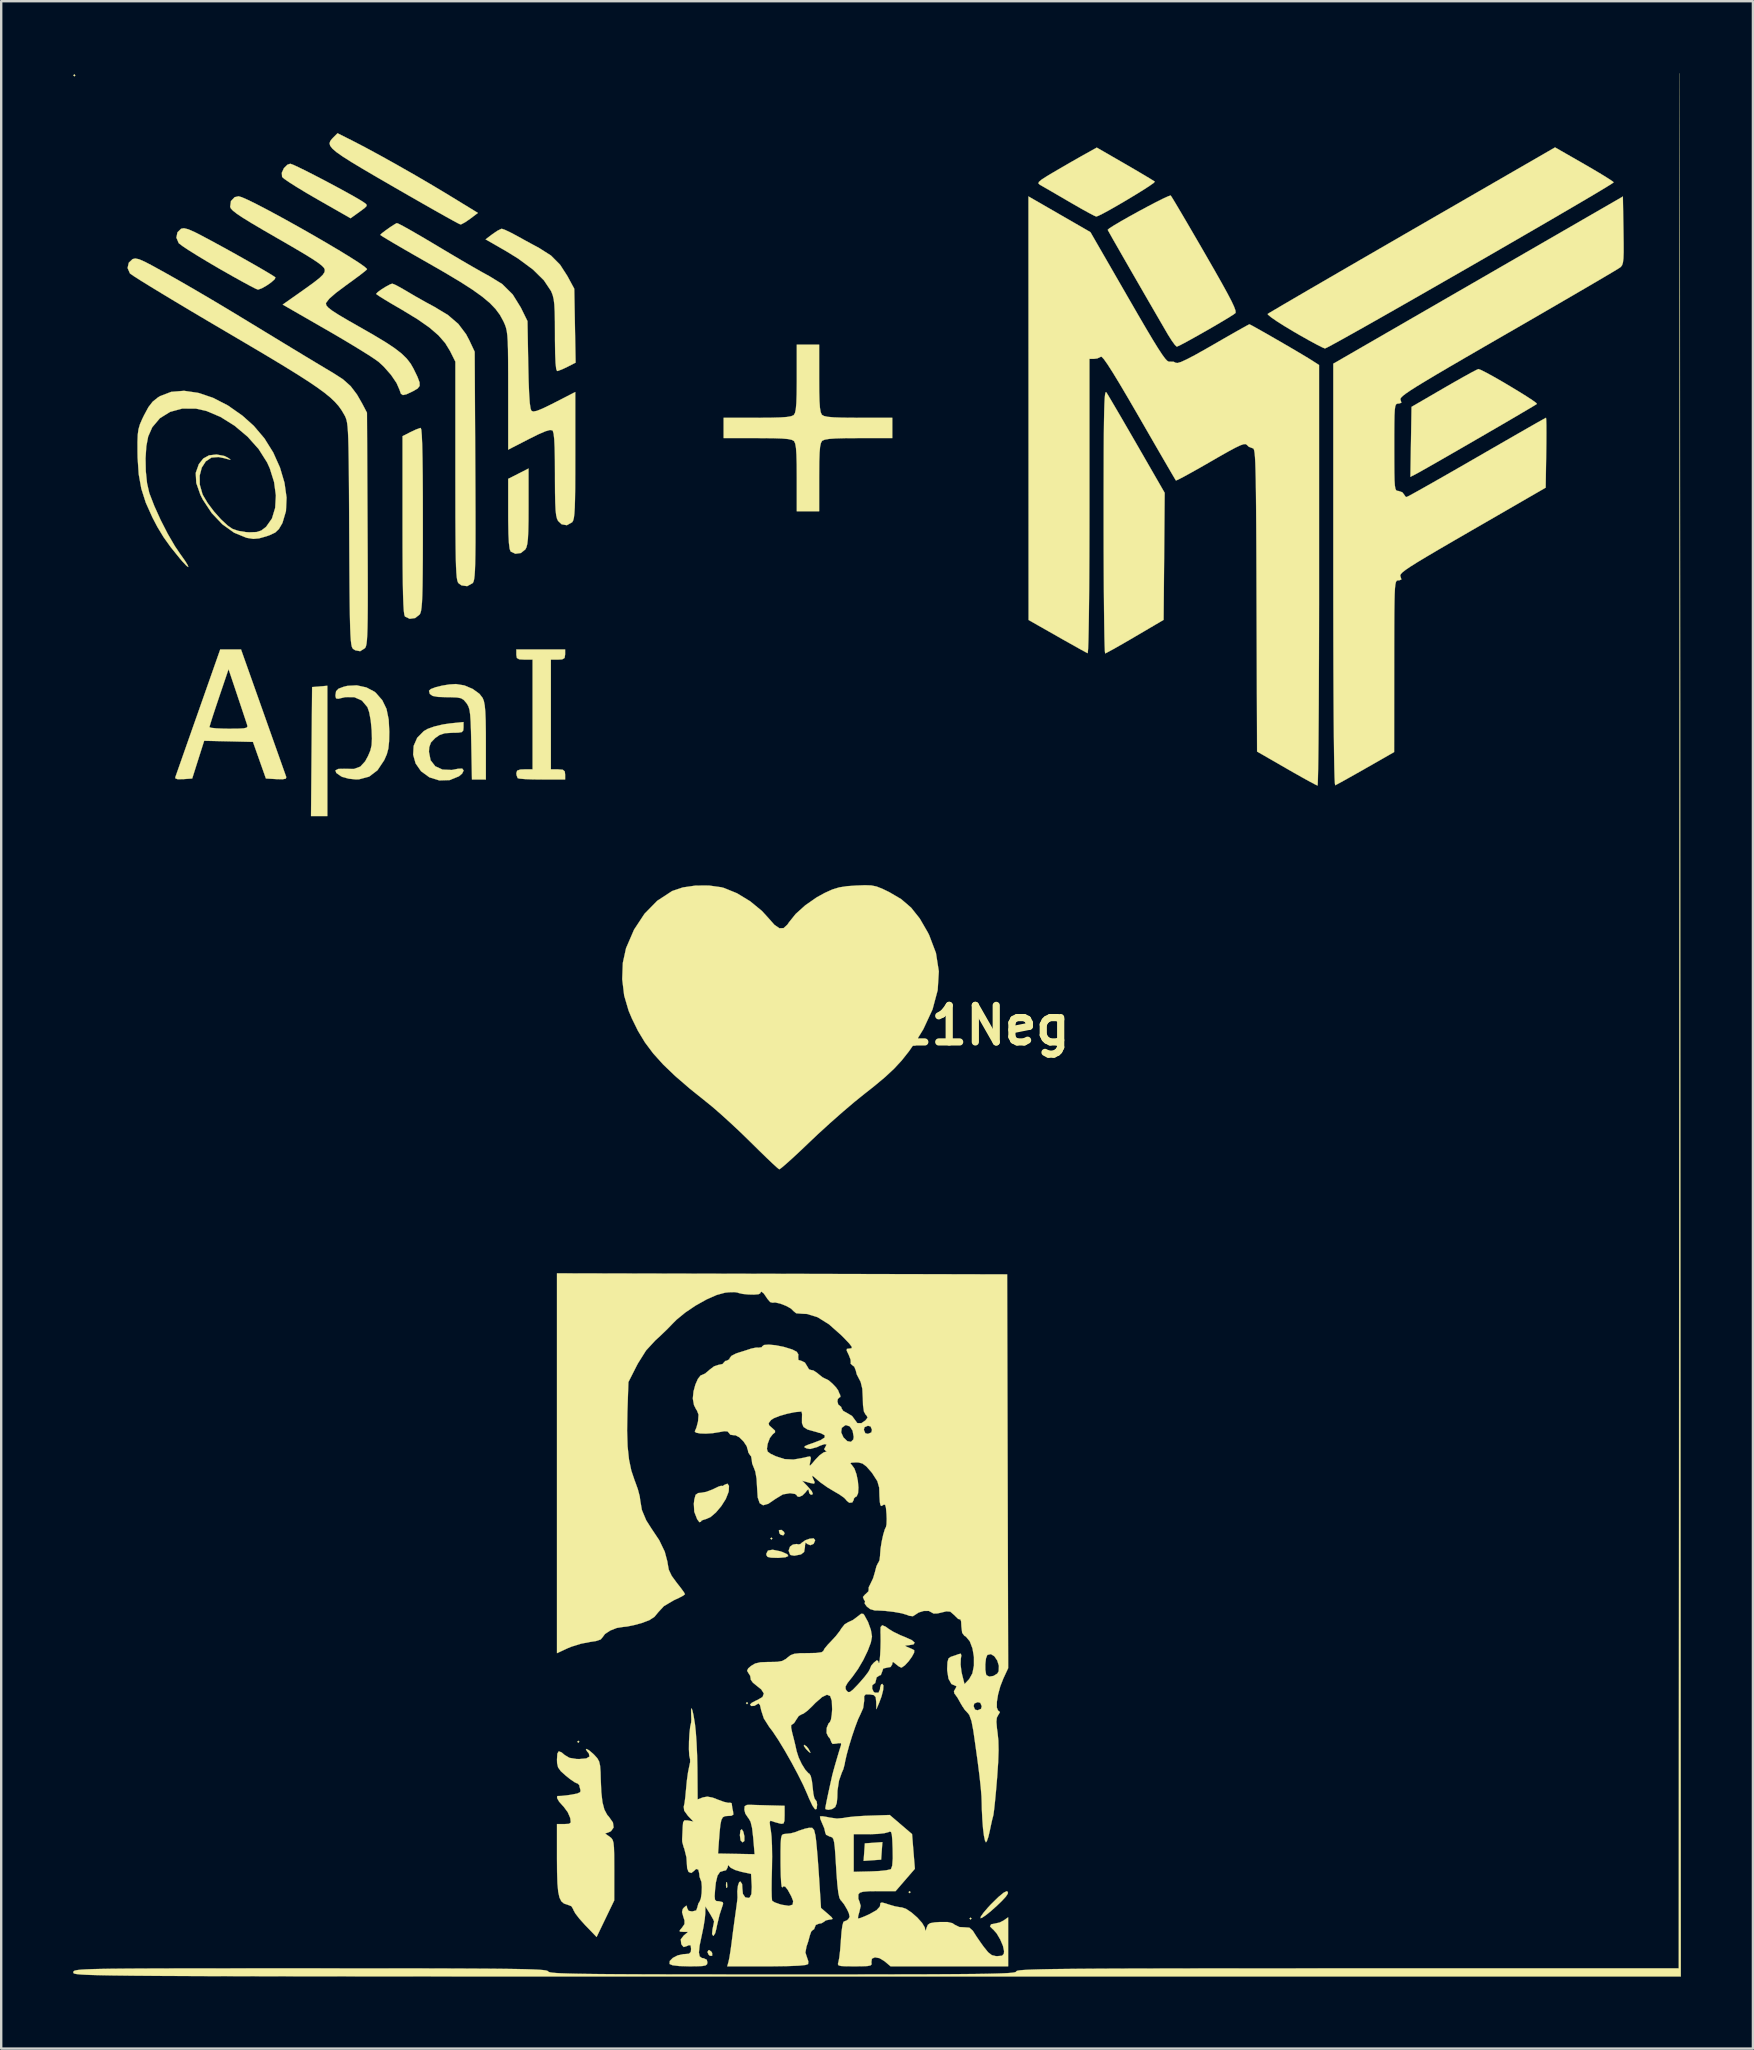
<source format=kicad_pcb>
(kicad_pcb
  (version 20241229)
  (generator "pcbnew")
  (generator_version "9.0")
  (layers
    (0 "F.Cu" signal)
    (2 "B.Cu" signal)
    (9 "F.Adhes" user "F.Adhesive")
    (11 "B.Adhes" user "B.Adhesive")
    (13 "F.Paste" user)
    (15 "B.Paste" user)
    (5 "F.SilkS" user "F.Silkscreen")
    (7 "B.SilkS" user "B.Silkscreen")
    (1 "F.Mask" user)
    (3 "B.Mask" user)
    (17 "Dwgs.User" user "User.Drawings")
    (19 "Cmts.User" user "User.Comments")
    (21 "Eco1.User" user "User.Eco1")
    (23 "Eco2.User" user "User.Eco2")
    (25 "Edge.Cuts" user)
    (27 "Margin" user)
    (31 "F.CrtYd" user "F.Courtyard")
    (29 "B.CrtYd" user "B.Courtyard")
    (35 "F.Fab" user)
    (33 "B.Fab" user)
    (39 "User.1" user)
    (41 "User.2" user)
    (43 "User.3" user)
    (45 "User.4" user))
  (footprint "AI_MF_D11Neg"
    (layer "F.Cu")
    (at 33.448 39.671)
    (property "Reference" "AI_MF_D11Neg" (at 0 0 0) (layer "F.SilkS") (effects (font (size 1.524 1.524) (thickness 0.3))))
    (attr through_hole)
    (fp_poly (pts (xy -33.359 -39.582) (xy -33.401 -39.539) (xy -33.443 -39.582) (xy -33.401 -39.624) (xy -33.359 -39.582)) (stroke (width 0.01) (type solid)) (fill yes) (layer "F.SilkS"))
    (fp_poly (pts (xy -12.361 29.845) (xy -12.404 29.887) (xy -12.446 29.845) (xy -12.404 29.803) (xy -12.361 29.845)) (stroke (width 0.01) (type solid)) (fill yes) (layer "F.SilkS"))
    (fp_poly (pts (xy -5.334 28.236) (xy -5.376 28.279) (xy -5.419 28.236) (xy -5.376 28.194) (xy -5.334 28.236)) (stroke (width 0.01) (type solid)) (fill yes) (layer "F.SilkS"))
    (fp_poly (pts (xy -4.318 21.378) (xy -4.36 21.421) (xy -4.403 21.378) (xy -4.36 21.336) (xy -4.318 21.378)) (stroke (width 0.01) (type solid)) (fill yes) (layer "F.SilkS"))
    (fp_poly (pts (xy 1.439 36.11) (xy 1.397 36.153) (xy 1.355 36.11) (xy 1.397 36.068) (xy 1.439 36.11)) (stroke (width 0.01) (type solid)) (fill yes) (layer "F.SilkS"))
    (fp_poly (pts (xy 3.979 37.211) (xy 3.937 37.253) (xy 3.895 37.211) (xy 3.937 37.169) (xy 3.979 37.211)) (stroke (width 0.01) (type solid)) (fill yes) (layer "F.SilkS"))
    (fp_poly (pts (xy -22.86 -8.721) (xy -23.54 -8.721) (xy -23.517 -11.409) (xy -23.495 -14.097) (xy -22.86 -14.15) (xy -22.86 -8.721)) (stroke (width 0.01) (type solid)) (fill yes) (layer "F.SilkS"))
    (fp_poly (pts (xy -6.209 35.708) (xy -6.198 35.882) (xy -6.209 35.92) (xy -6.24 35.93) (xy -6.252 35.814) (xy -6.239 35.694) (xy -6.209 35.708)) (stroke (width 0.01) (type solid)) (fill yes) (layer "F.SilkS"))
    (fp_poly (pts (xy 0.238 34.391) (xy 0.212 34.756) (xy -0.518 34.808) (xy -0.492 34.443) (xy -0.466 34.078) (xy -0.101 34.052) (xy 0.264 34.026) (xy 0.238 34.391)) (stroke (width 0.01) (type solid)) (fill yes) (layer "F.SilkS"))
    (fp_poly (pts (xy -6.859 38.591) (xy -6.827 38.65) (xy -6.829 38.763) (xy -6.921 38.761) (xy -6.971 38.721) (xy -7.025 38.604) (xy -6.976 38.527) (xy -6.952 38.523) (xy -6.859 38.591)) (stroke (width 0.01) (type solid)) (fill yes) (layer "F.SilkS"))
    (fp_poly (pts (xy -5.529 33.592) (xy -5.485 33.781) (xy -5.486 33.978) (xy -5.56 34.036) (xy -5.644 33.958) (xy -5.673 33.735) (xy -5.649 33.535) (xy -5.593 33.489) (xy -5.529 33.592)) (stroke (width 0.01) (type solid)) (fill yes) (layer "F.SilkS"))
    (fp_poly (pts (xy -3.836 21.1) (xy -3.81 21.172) (xy -3.863 21.246) (xy -3.97 21.22) (xy -4.025 21.161) (xy -4.048 21.047) (xy -4.036 21.026) (xy -3.937 21.019) (xy -3.836 21.1)) (stroke (width 0.01) (type solid)) (fill yes) (layer "F.SilkS"))
    (fp_poly (pts (xy -2.896 30.036) (xy -2.814 30.141) (xy -2.744 30.271) (xy -2.738 30.311) (xy -2.81 30.255) (xy -2.921 30.141) (xy -3.007 30.02) (xy -2.997 29.972) (xy -2.896 30.036)) (stroke (width 0.01) (type solid)) (fill yes) (layer "F.SilkS"))
    (fp_poly (pts (xy -3.995 21.908) (xy -3.907 21.937) (xy -3.7 22.031) (xy -3.657 22.107) (xy -3.773 22.159) (xy -4.045 22.182) (xy -4.106 22.183) (xy -4.375 22.175) (xy -4.516 22.144) (xy -4.567 22.073) (xy -4.572 22.013) (xy -4.504 21.88) (xy -4.308 21.844) (xy -3.995 21.908)) (stroke (width 0.01) (type solid)) (fill yes) (layer "F.SilkS"))
    (fp_poly (pts (xy 5.497 36.13) (xy 5.488 36.174) (xy 5.413 36.291) (xy 5.248 36.471) (xy 5.03 36.682) (xy 4.795 36.892) (xy 4.579 37.067) (xy 4.417 37.177) (xy 4.353 37.197) (xy 4.366 37.126) (xy 4.479 36.966) (xy 4.67 36.743) (xy 4.789 36.616) (xy 5.098 36.313) (xy 5.323 36.128) (xy 5.458 36.066) (xy 5.497 36.13)) (stroke (width 0.01) (type solid)) (fill yes) (layer "F.SilkS"))
    (fp_poly (pts (xy -14.478 -21.61) (xy -14.48 -21.028) (xy -14.489 -20.591) (xy -14.504 -20.276) (xy -14.53 -20.059) (xy -14.566 -19.916) (xy -14.61 -19.831) (xy -14.797 -19.681) (xy -15.026 -19.65) (xy -15.223 -19.744) (xy -15.265 -19.854) (xy -15.295 -20.096) (xy -15.315 -20.48) (xy -15.324 -21.018) (xy -15.325 -21.309) (xy -15.325 -22.772) (xy -14.901 -22.987) (xy -14.478 -23.202) (xy -14.478 -21.61)) (stroke (width 0.01) (type solid)) (fill yes) (layer "F.SilkS"))
    (fp_poly (pts (xy -2.541 21.44) (xy -2.54 21.464) (xy -2.603 21.601) (xy -2.739 21.656) (xy -2.87 21.602) (xy -2.886 21.581) (xy -2.939 21.547) (xy -2.961 21.669) (xy -2.962 21.728) (xy -2.996 21.934) (xy -3.117 22.033) (xy -3.154 22.045) (xy -3.407 22.093) (xy -3.552 22.067) (xy -3.584 22.042) (xy -3.643 21.883) (xy -3.584 21.716) (xy -3.465 21.63) (xy -3.305 21.605) (xy -3.24 21.623) (xy -3.156 21.61) (xy -3.099 21.557) (xy -2.95 21.451) (xy -2.773 21.387) (xy -2.6 21.37) (xy -2.541 21.44)) (stroke (width 0.01) (type solid)) (fill yes) (layer "F.SilkS"))
    (fp_poly (pts (xy -24.292 -35.86) (xy -24.062 -35.754) (xy -23.74 -35.596) (xy -23.356 -35.4) (xy -22.937 -35.182) (xy -22.511 -34.955) (xy -22.108 -34.736) (xy -21.754 -34.539) (xy -21.48 -34.379) (xy -21.338 -34.289) (xy -21.236 -34.211) (xy -21.221 -34.143) (xy -21.31 -34.051) (xy -21.519 -33.896) (xy -21.522 -33.894) (xy -21.893 -33.628) (xy -23.281 -34.421) (xy -23.722 -34.677) (xy -24.114 -34.914) (xy -24.431 -35.115) (xy -24.65 -35.265) (xy -24.745 -35.349) (xy -24.745 -35.349) (xy -24.758 -35.522) (xy -24.67 -35.715) (xy -24.521 -35.861) (xy -24.403 -35.899) (xy -24.292 -35.86)) (stroke (width 0.01) (type solid)) (fill yes) (layer "F.SilkS"))
    (fp_poly (pts (xy -6.127 19.184) (xy -6.136 19.393) (xy -6.148 19.448) (xy -6.26 19.731) (xy -6.446 20.025) (xy -6.67 20.291) (xy -6.899 20.486) (xy -7.097 20.573) (xy -7.117 20.574) (xy -7.263 20.625) (xy -7.302 20.68) (xy -7.36 20.697) (xy -7.452 20.574) (xy -7.452 20.574) (xy -7.573 20.264) (xy -7.591 19.926) (xy -7.57 19.748) (xy -7.517 19.556) (xy -7.409 19.482) (xy -7.297 19.473) (xy -7.073 19.433) (xy -6.809 19.333) (xy -6.751 19.304) (xy -6.559 19.212) (xy -6.447 19.179) (xy -6.435 19.187) (xy -6.383 19.188) (xy -6.315 19.141) (xy -6.19 19.092) (xy -6.127 19.184)) (stroke (width 0.01) (type solid)) (fill yes) (layer "F.SilkS"))
    (fp_poly (pts (xy -12.954 -15.452) (xy -12.976 -15.309) (xy -13.076 -15.25) (xy -13.25 -15.24) (xy -13.547 -15.24) (xy -13.547 -10.668) (xy -13.25 -10.668) (xy -13.05 -10.652) (xy -12.968 -10.581) (xy -12.954 -10.456) (xy -12.954 -10.245) (xy -13.914 -10.245) (xy -14.301 -10.249) (xy -14.624 -10.262) (xy -14.846 -10.281) (xy -14.93 -10.301) (xy -14.978 -10.426) (xy -14.986 -10.513) (xy -14.952 -10.615) (xy -14.822 -10.661) (xy -14.647 -10.668) (xy -14.309 -10.668) (xy -14.309 -15.24) (xy -14.647 -15.24) (xy -14.866 -15.252) (xy -14.963 -15.306) (xy -14.986 -15.433) (xy -14.986 -15.452) (xy -14.986 -15.663) (xy -12.954 -15.663) (xy -12.954 -15.452)) (stroke (width 0.01) (type solid)) (fill yes) (layer "F.SilkS"))
    (fp_poly (pts (xy -21.822 -36.862) (xy -21.285 -36.583) (xy -20.643 -36.235) (xy -19.935 -35.84) (xy -19.198 -35.42) (xy -18.472 -34.995) (xy -17.793 -34.588) (xy -17.755 -34.564) (xy -16.587 -33.85) (xy -16.908 -33.607) (xy -17.115 -33.464) (xy -17.272 -33.38) (xy -17.314 -33.37) (xy -17.405 -33.412) (xy -17.625 -33.53) (xy -17.957 -33.714) (xy -18.385 -33.955) (xy -18.892 -34.243) (xy -19.46 -34.568) (xy -20.066 -34.917) (xy -20.797 -35.34) (xy -21.392 -35.689) (xy -21.864 -35.973) (xy -22.223 -36.202) (xy -22.482 -36.384) (xy -22.651 -36.53) (xy -22.742 -36.648) (xy -22.768 -36.749) (xy -22.739 -36.842) (xy -22.667 -36.936) (xy -22.61 -36.995) (xy -22.435 -37.17) (xy -21.822 -36.862)) (stroke (width 0.01) (type solid)) (fill yes) (layer "F.SilkS"))
    (fp_poly (pts (xy 25.204 -27.306) (xy 25.419 -27.198) (xy 25.712 -27.038) (xy 26.053 -26.843) (xy 26.416 -26.629) (xy 26.77 -26.415) (xy 27.087 -26.218) (xy 27.339 -26.053) (xy 27.496 -25.939) (xy 27.534 -25.894) (xy 27.451 -25.84) (xy 27.241 -25.714) (xy 26.925 -25.528) (xy 26.526 -25.293) (xy 26.063 -25.023) (xy 25.557 -24.729) (xy 25.029 -24.423) (xy 24.5 -24.117) (xy 23.991 -23.824) (xy 23.523 -23.555) (xy 23.116 -23.322) (xy 22.792 -23.138) (xy 22.57 -23.014) (xy 22.498 -22.975) (xy 22.263 -22.854) (xy 22.31 -25.77) (xy 23.664 -26.557) (xy 24.097 -26.806) (xy 24.482 -27.023) (xy 24.792 -27.195) (xy 25.006 -27.306) (xy 25.096 -27.346) (xy 25.204 -27.306)) (stroke (width 0.01) (type solid)) (fill yes) (layer "F.SilkS"))
    (fp_poly (pts (xy -18.945 -24.815) (xy -18.925 -24.581) (xy -18.908 -24.189) (xy -18.896 -23.636) (xy -18.887 -22.92) (xy -18.882 -22.04) (xy -18.881 -21.101) (xy -18.881 -20.186) (xy -18.883 -19.426) (xy -18.888 -18.805) (xy -18.894 -18.309) (xy -18.904 -17.922) (xy -18.917 -17.631) (xy -18.935 -17.42) (xy -18.956 -17.273) (xy -18.983 -17.178) (xy -19.012 -17.122) (xy -19.2 -16.972) (xy -19.428 -16.94) (xy -19.626 -17.035) (xy -19.652 -17.107) (xy -19.674 -17.272) (xy -19.691 -17.542) (xy -19.705 -17.928) (xy -19.715 -18.44) (xy -19.722 -19.088) (xy -19.726 -19.884) (xy -19.727 -20.839) (xy -19.727 -24.55) (xy -19.392 -24.721) (xy -19.168 -24.826) (xy -19.003 -24.886) (xy -18.969 -24.892) (xy -18.945 -24.815)) (stroke (width 0.01) (type solid)) (fill yes) (layer "F.SilkS"))
    (fp_poly (pts (xy -28.651 -33.168) (xy -28.374 -33.046) (xy -28.137 -32.925) (xy -27.726 -32.706) (xy -27.275 -32.461) (xy -26.807 -32.203) (xy -26.347 -31.945) (xy -25.92 -31.703) (xy -25.549 -31.489) (xy -25.259 -31.317) (xy -25.075 -31.202) (xy -25.021 -31.16) (xy -25.059 -31.081) (xy -25.199 -30.957) (xy -25.391 -30.823) (xy -25.586 -30.712) (xy -25.736 -30.658) (xy -25.758 -30.657) (xy -25.861 -30.7) (xy -26.087 -30.816) (xy -26.411 -30.992) (xy -26.812 -31.215) (xy -27.264 -31.472) (xy -27.39 -31.544) (xy -27.857 -31.818) (xy -28.28 -32.074) (xy -28.635 -32.296) (xy -28.896 -32.47) (xy -29.04 -32.58) (xy -29.054 -32.594) (xy -29.15 -32.82) (xy -29.104 -33.044) (xy -28.952 -33.192) (xy -28.833 -33.213) (xy -28.651 -33.168)) (stroke (width 0.01) (type solid)) (fill yes) (layer "F.SilkS"))
    (fp_poly (pts (xy -17.187 -12.415) (xy -17.198 -12.287) (xy -17.259 -12.22) (xy -17.411 -12.196) (xy -17.647 -12.192) (xy -17.961 -12.173) (xy -18.184 -12.1) (xy -18.366 -11.973) (xy -18.543 -11.789) (xy -18.616 -11.586) (xy -18.627 -11.395) (xy -18.558 -11.046) (xy -18.363 -10.797) (xy -18.063 -10.659) (xy -17.675 -10.642) (xy -17.42 -10.692) (xy -17.241 -10.701) (xy -17.181 -10.621) (xy -17.246 -10.489) (xy -17.378 -10.378) (xy -17.766 -10.22) (xy -18.196 -10.207) (xy -18.609 -10.336) (xy -18.957 -10.59) (xy -19.183 -10.915) (xy -19.285 -11.278) (xy -19.264 -11.646) (xy -19.116 -11.984) (xy -18.842 -12.261) (xy -18.682 -12.354) (xy -18.405 -12.453) (xy -18.047 -12.538) (xy -17.759 -12.581) (xy -17.187 -12.639) (xy -17.187 -12.415)) (stroke (width 0.01) (type solid)) (fill yes) (layer "F.SilkS"))
    (fp_poly (pts (xy -17.15 -14.165) (xy -16.803 -14.018) (xy -16.521 -13.813) (xy -16.389 -13.642) (xy -16.339 -13.514) (xy -16.303 -13.332) (xy -16.279 -13.071) (xy -16.264 -12.706) (xy -16.257 -12.213) (xy -16.256 -11.815) (xy -16.256 -10.245) (xy -16.835 -10.245) (xy -16.863 -11.72) (xy -16.875 -12.261) (xy -16.889 -12.659) (xy -16.909 -12.944) (xy -16.937 -13.141) (xy -16.978 -13.279) (xy -17.034 -13.385) (xy -17.07 -13.435) (xy -17.175 -13.558) (xy -17.289 -13.63) (xy -17.461 -13.663) (xy -17.737 -13.673) (xy -17.874 -13.674) (xy -18.243 -13.685) (xy -18.472 -13.727) (xy -18.59 -13.808) (xy -18.625 -13.939) (xy -18.625 -13.942) (xy -18.55 -14.013) (xy -18.352 -14.089) (xy -18.08 -14.156) (xy -17.78 -14.205) (xy -17.501 -14.222) (xy -17.15 -14.165)) (stroke (width 0.01) (type solid)) (fill yes) (layer "F.SilkS"))
    (fp_poly (pts (xy 10.377 -35.891) (xy 10.78 -35.657) (xy 11.131 -35.45) (xy 11.405 -35.286) (xy 11.574 -35.181) (xy 11.615 -35.152) (xy 11.563 -35.096) (xy 11.392 -34.976) (xy 11.13 -34.806) (xy 10.806 -34.606) (xy 10.45 -34.391) (xy 10.088 -34.179) (xy 9.751 -33.986) (xy 9.466 -33.831) (xy 9.263 -33.73) (xy 9.174 -33.699) (xy 9.079 -33.74) (xy 8.866 -33.852) (xy 8.563 -34.019) (xy 8.198 -34.228) (xy 8.043 -34.318) (xy 7.652 -34.546) (xy 7.303 -34.749) (xy 7.026 -34.909) (xy 6.854 -35.008) (xy 6.824 -35.025) (xy 6.766 -35.076) (xy 6.783 -35.14) (xy 6.894 -35.236) (xy 7.12 -35.382) (xy 7.375 -35.534) (xy 7.767 -35.763) (xy 8.183 -36.003) (xy 8.551 -36.212) (xy 8.641 -36.263) (xy 9.196 -36.572) (xy 10.377 -35.891)) (stroke (width 0.01) (type solid)) (fill yes) (layer "F.SilkS"))
    (fp_poly (pts (xy 9.597 -26.371) (xy 9.669 -26.256) (xy 9.812 -26.014) (xy 10.016 -25.667) (xy 10.267 -25.237) (xy 10.553 -24.743) (xy 10.863 -24.207) (xy 10.869 -24.197) (xy 12.025 -22.189) (xy 12.003 -19.543) (xy 11.98 -16.896) (xy 10.795 -16.2) (xy 10.392 -15.965) (xy 10.04 -15.763) (xy 9.764 -15.61) (xy 9.592 -15.518) (xy 9.546 -15.499) (xy 9.535 -15.58) (xy 9.525 -15.817) (xy 9.515 -16.195) (xy 9.507 -16.701) (xy 9.499 -17.319) (xy 9.493 -18.037) (xy 9.488 -18.84) (xy 9.484 -19.714) (xy 9.483 -20.646) (xy 9.483 -21.016) (xy 9.483 -22.134) (xy 9.485 -23.093) (xy 9.487 -23.904) (xy 9.491 -24.579) (xy 9.497 -25.128) (xy 9.505 -25.562) (xy 9.515 -25.892) (xy 9.527 -26.128) (xy 9.542 -26.282) (xy 9.56 -26.364) (xy 9.581 -26.386) (xy 9.597 -26.371)) (stroke (width 0.01) (type solid)) (fill yes) (layer "F.SilkS"))
    (fp_poly (pts (xy -15.471 -33.15) (xy -15.251 -33.047) (xy -14.972 -32.9) (xy -14.92 -32.871) (xy -14.591 -32.689) (xy -14.272 -32.515) (xy -14.031 -32.386) (xy -14.028 -32.384) (xy -13.543 -32.075) (xy -13.166 -31.696) (xy -12.863 -31.227) (xy -12.573 -30.692) (xy -12.545 -29.152) (xy -12.517 -27.612) (xy -12.859 -27.437) (xy -13.085 -27.331) (xy -13.252 -27.269) (xy -13.289 -27.263) (xy -13.325 -27.347) (xy -13.352 -27.595) (xy -13.369 -28.005) (xy -13.377 -28.571) (xy -13.377 -28.76) (xy -13.379 -29.314) (xy -13.387 -29.728) (xy -13.403 -30.032) (xy -13.43 -30.253) (xy -13.471 -30.423) (xy -13.528 -30.569) (xy -13.544 -30.602) (xy -13.838 -31.042) (xy -14.294 -31.492) (xy -14.909 -31.947) (xy -15.393 -32.246) (xy -16.267 -32.749) (xy -15.978 -32.969) (xy -15.777 -33.106) (xy -15.621 -33.183) (xy -15.589 -33.189) (xy -15.471 -33.15)) (stroke (width 0.01) (type solid)) (fill yes) (layer "F.SilkS"))
    (fp_poly (pts (xy -21.232 -14.08) (xy -20.893 -13.901) (xy -20.841 -13.857) (xy -20.571 -13.548) (xy -20.396 -13.189) (xy -20.304 -12.742) (xy -20.279 -12.234) (xy -20.288 -11.83) (xy -20.318 -11.537) (xy -20.382 -11.297) (xy -20.489 -11.053) (xy -20.491 -11.05) (xy -20.771 -10.63) (xy -21.119 -10.365) (xy -21.538 -10.253) (xy -21.666 -10.248) (xy -21.962 -10.278) (xy -22.227 -10.349) (xy -22.288 -10.378) (xy -22.487 -10.518) (xy -22.524 -10.624) (xy -22.406 -10.686) (xy -22.141 -10.691) (xy -22.11 -10.688) (xy -21.746 -10.686) (xy -21.487 -10.782) (xy -21.286 -11.001) (xy -21.165 -11.223) (xy -21.068 -11.452) (xy -21.016 -11.674) (xy -21.002 -11.948) (xy -21.014 -12.304) (xy -21.053 -12.708) (xy -21.117 -13.049) (xy -21.19 -13.26) (xy -21.421 -13.535) (xy -21.741 -13.677) (xy -22.12 -13.675) (xy -22.193 -13.658) (xy -22.403 -13.609) (xy -22.497 -13.624) (xy -22.521 -13.719) (xy -22.521 -13.765) (xy -22.496 -13.924) (xy -22.395 -14.028) (xy -22.182 -14.108) (xy -22.025 -14.147) (xy -21.634 -14.168) (xy -21.232 -14.08)) (stroke (width 0.01) (type solid)) (fill yes) (layer "F.SilkS"))
    (fp_poly (pts (xy 12.277 -34.575) (xy 12.335 -34.486) (xy 12.467 -34.269) (xy 12.662 -33.94) (xy 12.91 -33.519) (xy 13.199 -33.023) (xy 13.52 -32.471) (xy 13.713 -32.137) (xy 14.101 -31.462) (xy 14.409 -30.918) (xy 14.643 -30.492) (xy 14.811 -30.171) (xy 14.918 -29.941) (xy 14.973 -29.789) (xy 14.982 -29.701) (xy 14.968 -29.673) (xy 14.853 -29.592) (xy 14.628 -29.452) (xy 14.323 -29.27) (xy 13.969 -29.063) (xy 13.597 -28.85) (xy 13.238 -28.648) (xy 12.923 -28.474) (xy 12.682 -28.347) (xy 12.545 -28.283) (xy 12.529 -28.279) (xy 12.454 -28.347) (xy 12.322 -28.528) (xy 12.16 -28.785) (xy 12.122 -28.85) (xy 11.729 -29.527) (xy 11.344 -30.191) (xy 10.978 -30.826) (xy 10.637 -31.417) (xy 10.333 -31.946) (xy 10.074 -32.398) (xy 9.868 -32.758) (xy 9.727 -33.009) (xy 9.657 -33.135) (xy 9.652 -33.147) (xy 9.722 -33.209) (xy 9.913 -33.331) (xy 10.195 -33.498) (xy 10.539 -33.694) (xy 10.916 -33.902) (xy 11.297 -34.107) (xy 11.652 -34.293) (xy 11.953 -34.444) (xy 12.17 -34.543) (xy 12.273 -34.577) (xy 12.277 -34.575)) (stroke (width 0.01) (type solid)) (fill yes) (layer "F.SilkS"))
    (fp_poly (pts (xy 29.51 -35.88) (xy 29.916 -35.644) (xy 30.265 -35.435) (xy 30.532 -35.269) (xy 30.695 -35.16) (xy 30.732 -35.125) (xy 30.661 -35.073) (xy 30.456 -34.945) (xy 30.131 -34.748) (xy 29.698 -34.491) (xy 29.171 -34.181) (xy 28.563 -33.826) (xy 27.888 -33.432) (xy 27.158 -33.009) (xy 26.388 -32.563) (xy 25.59 -32.102) (xy 24.778 -31.634) (xy 23.964 -31.167) (xy 23.164 -30.708) (xy 22.388 -30.264) (xy 21.652 -29.844) (xy 20.968 -29.455) (xy 20.349 -29.105) (xy 19.809 -28.802) (xy 19.361 -28.552) (xy 19.018 -28.364) (xy 18.795 -28.245) (xy 18.703 -28.203) (xy 18.702 -28.203) (xy 18.592 -28.248) (xy 18.364 -28.364) (xy 18.045 -28.536) (xy 17.664 -28.751) (xy 17.417 -28.894) (xy 17.027 -29.128) (xy 16.7 -29.335) (xy 16.461 -29.501) (xy 16.331 -29.609) (xy 16.316 -29.641) (xy 16.398 -29.693) (xy 16.616 -29.822) (xy 16.958 -30.024) (xy 17.414 -30.29) (xy 17.972 -30.616) (xy 18.622 -30.993) (xy 19.352 -31.417) (xy 20.151 -31.88) (xy 21.008 -32.376) (xy 21.913 -32.899) (xy 22.336 -33.144) (xy 28.289 -36.58) (xy 29.51 -35.88)) (stroke (width 0.01) (type solid)) (fill yes) (layer "F.SilkS"))
    (fp_poly (pts (xy -25.533 -13.06) (xy -25.309 -12.427) (xy -25.102 -11.843) (xy -24.919 -11.328) (xy -24.768 -10.901) (xy -24.655 -10.582) (xy -24.587 -10.391) (xy -24.571 -10.346) (xy -24.589 -10.281) (xy -24.723 -10.255) (xy -24.976 -10.261) (xy -25.42 -10.287) (xy -25.959 -11.811) (xy -26.975 -11.835) (xy -27.992 -11.858) (xy -28.241 -11.073) (xy -28.49 -10.287) (xy -28.861 -10.26) (xy -29.097 -10.257) (xy -29.193 -10.294) (xy -29.193 -10.345) (xy -29.156 -10.449) (xy -29.07 -10.694) (xy -28.942 -11.058) (xy -28.779 -11.523) (xy -28.587 -12.068) (xy -28.462 -12.425) (xy -27.772 -12.425) (xy -27.693 -12.398) (xy -27.481 -12.376) (xy -27.174 -12.364) (xy -26.961 -12.361) (xy -26.586 -12.364) (xy -26.352 -12.376) (xy -26.229 -12.403) (xy -26.189 -12.45) (xy -26.198 -12.509) (xy -26.241 -12.642) (xy -26.327 -12.9) (xy -26.443 -13.25) (xy -26.579 -13.656) (xy -26.61 -13.75) (xy -26.976 -14.842) (xy -27.374 -13.665) (xy -27.515 -13.245) (xy -27.634 -12.883) (xy -27.721 -12.607) (xy -27.767 -12.449) (xy -27.772 -12.425) (xy -28.462 -12.425) (xy -28.374 -12.674) (xy -28.238 -13.06) (xy -27.323 -15.663) (xy -26.456 -15.663) (xy -25.533 -13.06)) (stroke (width 0.01) (type solid)) (fill yes) (layer "F.SilkS"))
    (fp_poly (pts (xy -20.044 -30.862) (xy -19.835 -30.752) (xy -19.569 -30.598) (xy -19.538 -30.58) (xy -19.182 -30.37) (xy -18.767 -30.136) (xy -18.399 -29.937) (xy -17.83 -29.593) (xy -17.4 -29.222) (xy -17.078 -28.794) (xy -16.943 -28.538) (xy -16.722 -28.067) (xy -16.697 -23.314) (xy -16.692 -22.289) (xy -16.689 -21.42) (xy -16.688 -20.694) (xy -16.689 -20.097) (xy -16.694 -19.617) (xy -16.701 -19.241) (xy -16.711 -18.955) (xy -16.725 -18.745) (xy -16.743 -18.599) (xy -16.765 -18.504) (xy -16.791 -18.446) (xy -16.809 -18.424) (xy -17.034 -18.3) (xy -17.271 -18.333) (xy -17.393 -18.421) (xy -17.422 -18.465) (xy -17.447 -18.544) (xy -17.468 -18.669) (xy -17.484 -18.856) (xy -17.498 -19.117) (xy -17.508 -19.465) (xy -17.515 -19.914) (xy -17.52 -20.478) (xy -17.524 -21.17) (xy -17.525 -22.002) (xy -17.526 -22.989) (xy -17.526 -23.103) (xy -17.526 -27.653) (xy -17.744 -28.091) (xy -17.95 -28.428) (xy -18.232 -28.751) (xy -18.611 -29.077) (xy -19.107 -29.424) (xy -19.74 -29.809) (xy -19.799 -29.843) (xy -20.169 -30.058) (xy -20.48 -30.245) (xy -20.706 -30.387) (xy -20.819 -30.467) (xy -20.827 -30.478) (xy -20.76 -30.551) (xy -20.601 -30.667) (xy -20.407 -30.787) (xy -20.235 -30.878) (xy -20.153 -30.903) (xy -20.044 -30.862)) (stroke (width 0.01) (type solid)) (fill yes) (layer "F.SilkS"))
    (fp_poly (pts (xy -2.371 -26.96) (xy -2.368 -26.411) (xy -2.357 -26.008) (xy -2.337 -25.729) (xy -2.306 -25.551) (xy -2.263 -25.451) (xy -2.25 -25.436) (xy -2.166 -25.389) (xy -2.01 -25.355) (xy -1.759 -25.333) (xy -1.389 -25.32) (xy -0.878 -25.316) (xy -0.726 -25.315) (xy 0.677 -25.315) (xy 0.677 -24.469) (xy -0.726 -24.469) (xy -1.275 -24.466) (xy -1.678 -24.455) (xy -1.957 -24.435) (xy -2.135 -24.404) (xy -2.235 -24.361) (xy -2.25 -24.348) (xy -2.297 -24.264) (xy -2.331 -24.108) (xy -2.353 -23.857) (xy -2.366 -23.487) (xy -2.37 -22.976) (xy -2.371 -22.824) (xy -2.371 -21.421) (xy -3.302 -21.421) (xy -3.302 -22.824) (xy -3.305 -23.373) (xy -3.316 -23.776) (xy -3.335 -24.055) (xy -3.366 -24.233) (xy -3.41 -24.333) (xy -3.423 -24.348) (xy -3.506 -24.395) (xy -3.662 -24.429) (xy -3.914 -24.451) (xy -4.284 -24.464) (xy -4.795 -24.468) (xy -4.947 -24.469) (xy -6.35 -24.469) (xy -6.35 -25.315) (xy -4.947 -25.315) (xy -4.397 -25.318) (xy -3.994 -25.329) (xy -3.715 -25.349) (xy -3.537 -25.38) (xy -3.438 -25.423) (xy -3.423 -25.436) (xy -3.376 -25.52) (xy -3.342 -25.676) (xy -3.32 -25.927) (xy -3.307 -26.297) (xy -3.302 -26.808) (xy -3.302 -26.96) (xy -3.302 -28.363) (xy -2.371 -28.363) (xy -2.371 -26.96)) (stroke (width 0.01) (type solid)) (fill yes) (layer "F.SilkS"))
    (fp_poly (pts (xy -26.422 -34.504) (xy -26.168 -34.392) (xy -25.816 -34.219) (xy -25.387 -33.996) (xy -24.901 -33.735) (xy -24.377 -33.446) (xy -23.835 -33.142) (xy -23.295 -32.833) (xy -22.777 -32.531) (xy -22.301 -32.248) (xy -21.887 -31.993) (xy -21.554 -31.78) (xy -21.322 -31.618) (xy -21.212 -31.52) (xy -21.207 -31.5) (xy -21.29 -31.425) (xy -21.482 -31.274) (xy -21.756 -31.07) (xy -22.079 -30.836) (xy -22.506 -30.516) (xy -22.783 -30.274) (xy -22.911 -30.107) (xy -22.92 -30.071) (xy -22.899 -29.994) (xy -22.814 -29.898) (xy -22.648 -29.77) (xy -22.382 -29.6) (xy -21.999 -29.374) (xy -21.534 -29.109) (xy -20.914 -28.754) (xy -20.425 -28.459) (xy -20.048 -28.208) (xy -19.763 -27.987) (xy -19.551 -27.779) (xy -19.39 -27.571) (xy -19.269 -27.359) (xy -19.104 -27.019) (xy -19.019 -26.792) (xy -19.015 -26.644) (xy -19.094 -26.538) (xy -19.257 -26.44) (xy -19.296 -26.42) (xy -19.558 -26.296) (xy -19.712 -26.261) (xy -19.797 -26.319) (xy -19.851 -26.475) (xy -19.851 -26.477) (xy -19.978 -26.766) (xy -20.208 -27.104) (xy -20.506 -27.443) (xy -20.715 -27.637) (xy -20.879 -27.756) (xy -21.165 -27.944) (xy -21.55 -28.183) (xy -22.008 -28.461) (xy -22.515 -28.761) (xy -22.88 -28.972) (xy -24.72 -30.031) (xy -23.831 -30.658) (xy -23.455 -30.928) (xy -23.2 -31.127) (xy -23.048 -31.273) (xy -22.976 -31.386) (xy -22.965 -31.48) (xy -22.996 -31.555) (xy -23.086 -31.651) (xy -23.248 -31.777) (xy -23.498 -31.944) (xy -23.851 -32.161) (xy -24.323 -32.439) (xy -24.928 -32.789) (xy -24.934 -32.792) (xy -25.544 -33.145) (xy -26.02 -33.426) (xy -26.377 -33.646) (xy -26.63 -33.815) (xy -26.793 -33.943) (xy -26.882 -34.039) (xy -26.909 -34.104) (xy -26.876 -34.346) (xy -26.723 -34.506) (xy -26.559 -34.544) (xy -26.422 -34.504)) (stroke (width 0.01) (type solid)) (fill yes) (layer "F.SilkS"))
    (fp_poly (pts (xy -0.199 -5.832) (xy 0.019 -5.788) (xy 0.255 -5.696) (xy 0.549 -5.554) (xy 1.047 -5.262) (xy 1.461 -4.906) (xy 1.821 -4.454) (xy 2.159 -3.871) (xy 2.211 -3.768) (xy 2.496 -3.017) (xy 2.616 -2.252) (xy 2.568 -1.469) (xy 2.354 -0.668) (xy 1.972 0.155) (xy 1.671 0.647) (xy 1.368 1.083) (xy 1.071 1.458) (xy 0.749 1.806) (xy 0.369 2.159) (xy -0.1 2.55) (xy -0.471 2.842) (xy -0.894 3.183) (xy -1.39 3.605) (xy -1.915 4.068) (xy -2.421 4.53) (xy -2.746 4.838) (xy -3.12 5.195) (xy -3.455 5.507) (xy -3.731 5.755) (xy -3.928 5.924) (xy -4.028 5.994) (xy -4.034 5.995) (xy -4.114 5.932) (xy -4.294 5.769) (xy -4.552 5.524) (xy -4.869 5.216) (xy -5.206 4.883) (xy -5.619 4.48) (xy -6.054 4.072) (xy -6.472 3.693) (xy -6.834 3.379) (xy -7.02 3.228) (xy -7.758 2.635) (xy -8.369 2.108) (xy -8.872 1.625) (xy -9.285 1.166) (xy -9.628 0.708) (xy -9.917 0.23) (xy -10.172 -0.289) (xy -10.308 -0.611) (xy -10.493 -1.242) (xy -10.575 -1.928) (xy -10.549 -2.607) (xy -10.416 -3.217) (xy -10.082 -3.99) (xy -9.645 -4.653) (xy -9.117 -5.192) (xy -8.51 -5.589) (xy -8.48 -5.604) (xy -8.048 -5.749) (xy -7.524 -5.825) (xy -6.97 -5.829) (xy -6.451 -5.757) (xy -6.334 -5.726) (xy -5.791 -5.505) (xy -5.244 -5.172) (xy -4.755 -4.77) (xy -4.488 -4.478) (xy -4.231 -4.188) (xy -4.025 -4.048) (xy -3.852 -4.054) (xy -3.692 -4.2) (xy -3.634 -4.287) (xy -3.348 -4.644) (xy -2.945 -5.007) (xy -2.469 -5.338) (xy -2.135 -5.521) (xy -1.819 -5.664) (xy -1.533 -5.751) (xy -1.208 -5.801) (xy -0.832 -5.827) (xy -0.462 -5.841) (xy -0.199 -5.832)) (stroke (width 0.01) (type solid)) (fill yes) (layer "F.SilkS"))
    (fp_poly (pts (xy -11.956 30.201) (xy -11.791 30.341) (xy -11.733 30.398) (xy -11.612 30.532) (xy -11.538 30.665) (xy -11.497 30.842) (xy -11.477 31.109) (xy -11.47 31.391) (xy -11.446 31.948) (xy -11.398 32.365) (xy -11.318 32.67) (xy -11.2 32.891) (xy -11.121 32.982) (xy -10.961 33.21) (xy -10.934 33.417) (xy -11.041 33.569) (xy -11.105 33.601) (xy -11.288 33.669) (xy -11.097 33.802) (xy -11.024 33.862) (xy -10.972 33.938) (xy -10.938 34.06) (xy -10.919 34.256) (xy -10.91 34.554) (xy -10.908 34.981) (xy -10.907 35.195) (xy -10.908 36.455) (xy -11.275 37.217) (xy -11.642 37.979) (xy -12.129 37.474) (xy -12.354 37.223) (xy -12.525 37.003) (xy -12.61 36.851) (xy -12.615 36.826) (xy -12.693 36.696) (xy -12.853 36.634) (xy -13 36.586) (xy -13.11 36.494) (xy -13.189 36.337) (xy -13.242 36.093) (xy -13.274 35.742) (xy -13.289 35.261) (xy -13.293 34.709) (xy -13.293 33.274) (xy -12.99 33.274) (xy -12.791 33.264) (xy -12.719 33.207) (xy -12.735 33.056) (xy -12.744 33.013) (xy -12.845 32.779) (xy -13.017 32.547) (xy -13.047 32.517) (xy -13.205 32.339) (xy -13.289 32.19) (xy -13.283 32.107) (xy -13.229 32.104) (xy -13.116 32.102) (xy -12.893 32.078) (xy -12.715 32.053) (xy -12.449 32.002) (xy -12.324 31.943) (xy -12.313 31.862) (xy -12.313 31.861) (xy -12.357 31.703) (xy -12.361 31.658) (xy -12.427 31.584) (xy -12.451 31.581) (xy -12.56 31.53) (xy -12.75 31.399) (xy -12.917 31.266) (xy -13.134 31.071) (xy -13.247 30.913) (xy -13.288 30.734) (xy -13.293 30.589) (xy -13.277 30.337) (xy -13.218 30.242) (xy -13.096 30.291) (xy -12.974 30.395) (xy -12.774 30.514) (xy -12.482 30.562) (xy -12.365 30.565) (xy -12.072 30.539) (xy -11.939 30.461) (xy -11.966 30.33) (xy -12.04 30.243) (xy -12.088 30.159) (xy -12.061 30.144) (xy -11.956 30.201)) (stroke (width 0.01) (type solid)) (fill yes) (layer "F.SilkS"))
    (fp_poly (pts (xy -30.701 -31.919) (xy -30.46 -31.814) (xy -30.16 -31.656) (xy -29.574 -31.333) (xy -28.98 -30.997) (xy -28.355 -30.636) (xy -27.673 -30.235) (xy -26.911 -29.78) (xy -26.045 -29.255) (xy -25.485 -28.914) (xy -24.895 -28.555) (xy -24.322 -28.207) (xy -23.79 -27.885) (xy -23.322 -27.603) (xy -22.944 -27.376) (xy -22.68 -27.219) (xy -22.63 -27.19) (xy -22.207 -26.917) (xy -21.889 -26.633) (xy -21.625 -26.285) (xy -21.409 -25.908) (xy -21.209 -25.527) (xy -21.185 -20.689) (xy -21.18 -19.654) (xy -21.177 -18.776) (xy -21.176 -18.04) (xy -21.177 -17.435) (xy -21.181 -16.947) (xy -21.188 -16.562) (xy -21.198 -16.269) (xy -21.211 -16.053) (xy -21.228 -15.902) (xy -21.25 -15.802) (xy -21.276 -15.741) (xy -21.296 -15.715) (xy -21.493 -15.59) (xy -21.697 -15.628) (xy -21.784 -15.684) (xy -21.815 -15.719) (xy -21.841 -15.782) (xy -21.863 -15.886) (xy -21.881 -16.045) (xy -21.896 -16.271) (xy -21.909 -16.58) (xy -21.919 -16.983) (xy -21.927 -17.493) (xy -21.934 -18.125) (xy -21.94 -18.892) (xy -21.945 -19.807) (xy -21.948 -20.447) (xy -21.953 -21.453) (xy -21.958 -22.304) (xy -21.963 -23.013) (xy -21.97 -23.596) (xy -21.978 -24.066) (xy -21.988 -24.438) (xy -22.001 -24.725) (xy -22.017 -24.942) (xy -22.037 -25.103) (xy -22.062 -25.222) (xy -22.092 -25.313) (xy -22.127 -25.391) (xy -22.155 -25.442) (xy -22.262 -25.624) (xy -22.386 -25.799) (xy -22.541 -25.974) (xy -22.736 -26.16) (xy -22.985 -26.363) (xy -23.3 -26.592) (xy -23.692 -26.856) (xy -24.173 -27.163) (xy -24.754 -27.521) (xy -25.449 -27.939) (xy -26.269 -28.424) (xy -27.093 -28.909) (xy -27.834 -29.345) (xy -28.534 -29.76) (xy -29.177 -30.144) (xy -29.751 -30.49) (xy -30.241 -30.788) (xy -30.632 -31.03) (xy -30.911 -31.208) (xy -31.064 -31.313) (xy -31.086 -31.332) (xy -31.183 -31.555) (xy -31.132 -31.777) (xy -30.975 -31.926) (xy -30.862 -31.953) (xy -30.701 -31.919)) (stroke (width 0.01) (type solid)) (fill yes) (layer "F.SilkS"))
    (fp_poly (pts (xy -19.88 -33.393) (xy -19.67 -33.283) (xy -19.358 -33.108) (xy -18.965 -32.881) (xy -18.511 -32.613) (xy -18.23 -32.445) (xy -17.724 -32.143) (xy -17.243 -31.859) (xy -16.812 -31.609) (xy -16.46 -31.408) (xy -16.213 -31.272) (xy -16.145 -31.237) (xy -15.577 -30.888) (xy -15.136 -30.451) (xy -14.8 -29.908) (xy -14.522 -29.343) (xy -14.49 -27.525) (xy -14.474 -26.836) (xy -14.453 -26.308) (xy -14.427 -25.932) (xy -14.393 -25.7) (xy -14.357 -25.605) (xy -14.277 -25.576) (xy -14.13 -25.605) (xy -13.894 -25.7) (xy -13.543 -25.87) (xy -13.393 -25.946) (xy -12.531 -26.389) (xy -12.531 -23.742) (xy -12.532 -22.99) (xy -12.535 -22.389) (xy -12.542 -21.922) (xy -12.552 -21.572) (xy -12.568 -21.319) (xy -12.589 -21.147) (xy -12.618 -21.037) (xy -12.653 -20.972) (xy -12.664 -20.961) (xy -12.881 -20.839) (xy -13.1 -20.878) (xy -13.246 -21.016) (xy -13.291 -21.108) (xy -13.326 -21.25) (xy -13.35 -21.465) (xy -13.365 -21.775) (xy -13.374 -22.203) (xy -13.377 -22.771) (xy -13.377 -22.953) (xy -13.38 -23.591) (xy -13.39 -24.075) (xy -13.407 -24.421) (xy -13.432 -24.647) (xy -13.466 -24.767) (xy -13.484 -24.79) (xy -13.583 -24.807) (xy -13.774 -24.753) (xy -14.076 -24.623) (xy -14.457 -24.433) (xy -15.325 -23.987) (xy -15.325 -26.45) (xy -15.326 -27.162) (xy -15.329 -27.726) (xy -15.334 -28.163) (xy -15.344 -28.495) (xy -15.361 -28.743) (xy -15.385 -28.928) (xy -15.418 -29.072) (xy -15.462 -29.197) (xy -15.518 -29.322) (xy -15.525 -29.337) (xy -15.667 -29.598) (xy -15.851 -29.847) (xy -16.091 -30.097) (xy -16.405 -30.36) (xy -16.808 -30.649) (xy -17.316 -30.976) (xy -17.946 -31.353) (xy -18.645 -31.755) (xy -19.172 -32.055) (xy -19.648 -32.329) (xy -20.053 -32.565) (xy -20.368 -32.752) (xy -20.575 -32.879) (xy -20.655 -32.934) (xy -20.655 -32.935) (xy -20.593 -32.999) (xy -20.44 -33.117) (xy -20.248 -33.253) (xy -20.066 -33.371) (xy -19.966 -33.427) (xy -19.88 -33.393)) (stroke (width 0.01) (type solid)) (fill yes) (layer "F.SilkS"))
    (fp_poly (pts (xy -28.242 -26.354) (xy -27.627 -26.149) (xy -27.005 -25.83) (xy -26.398 -25.404) (xy -25.924 -24.979) (xy -25.481 -24.457) (xy -25.114 -23.868) (xy -24.833 -23.241) (xy -24.645 -22.606) (xy -24.559 -21.991) (xy -24.584 -21.427) (xy -24.728 -20.941) (xy -24.744 -20.909) (xy -24.879 -20.679) (xy -25.031 -20.534) (xy -25.263 -20.425) (xy -25.397 -20.378) (xy -25.706 -20.291) (xy -25.945 -20.27) (xy -26.199 -20.31) (xy -26.24 -20.32) (xy -26.746 -20.528) (xy -27.234 -20.878) (xy -27.676 -21.344) (xy -28.045 -21.901) (xy -28.15 -22.109) (xy -28.321 -22.598) (xy -28.343 -23.019) (xy -28.214 -23.384) (xy -28.028 -23.619) (xy -27.79 -23.75) (xy -27.477 -23.786) (xy -27.156 -23.726) (xy -27.009 -23.655) (xy -26.893 -23.576) (xy -26.927 -23.569) (xy -26.966 -23.581) (xy -27.176 -23.636) (xy -27.396 -23.68) (xy -27.688 -23.657) (xy -27.924 -23.5) (xy -28.092 -23.24) (xy -28.179 -22.907) (xy -28.175 -22.532) (xy -28.065 -22.144) (xy -28.037 -22.082) (xy -27.846 -21.761) (xy -27.584 -21.413) (xy -27.292 -21.085) (xy -27.009 -20.822) (xy -26.812 -20.687) (xy -26.568 -20.604) (xy -26.252 -20.552) (xy -26.103 -20.544) (xy -25.813 -20.555) (xy -25.615 -20.617) (xy -25.434 -20.754) (xy -25.406 -20.78) (xy -25.168 -21.119) (xy -25.034 -21.562) (xy -25.004 -22.078) (xy -25.079 -22.637) (xy -25.258 -23.208) (xy -25.37 -23.455) (xy -25.721 -24.01) (xy -26.184 -24.529) (xy -26.725 -24.984) (xy -27.309 -25.35) (xy -27.903 -25.601) (xy -28.338 -25.698) (xy -28.905 -25.699) (xy -29.412 -25.561) (xy -29.836 -25.297) (xy -30.155 -24.92) (xy -30.325 -24.533) (xy -30.402 -24.129) (xy -30.434 -23.626) (xy -30.424 -23.092) (xy -30.372 -22.591) (xy -30.28 -22.188) (xy -30.279 -22.183) (xy -30.071 -21.644) (xy -29.805 -21.057) (xy -29.509 -20.479) (xy -29.21 -19.965) (xy -29.001 -19.656) (xy -28.789 -19.356) (xy -28.673 -19.167) (xy -28.653 -19.095) (xy -28.728 -19.148) (xy -28.899 -19.33) (xy -29.003 -19.452) (xy -29.386 -19.926) (xy -29.685 -20.345) (xy -29.942 -20.769) (xy -30.149 -21.165) (xy -30.425 -21.78) (xy -30.61 -22.359) (xy -30.719 -22.964) (xy -30.765 -23.653) (xy -30.769 -23.878) (xy -30.77 -24.305) (xy -30.759 -24.61) (xy -30.728 -24.839) (xy -30.669 -25.041) (xy -30.574 -25.262) (xy -30.496 -25.422) (xy -30.314 -25.759) (xy -30.138 -25.987) (xy -29.926 -26.158) (xy -29.827 -26.219) (xy -29.364 -26.396) (xy -28.828 -26.439) (xy -28.242 -26.354)) (stroke (width 0.01) (type solid)) (fill yes) (layer "F.SilkS"))
    (fp_poly (pts (xy 7.641 -33.794) (xy 8.932 -33.049) (xy 10.499 -30.33) (xy 10.916 -29.608) (xy 11.259 -29.021) (xy 11.535 -28.558) (xy 11.753 -28.205) (xy 11.92 -27.951) (xy 12.044 -27.782) (xy 12.133 -27.687) (xy 12.196 -27.654) (xy 12.217 -27.655) (xy 12.402 -27.649) (xy 12.48 -27.608) (xy 12.558 -27.597) (xy 12.71 -27.642) (xy 12.951 -27.753) (xy 13.298 -27.935) (xy 13.765 -28.197) (xy 14.054 -28.363) (xy 14.502 -28.621) (xy 14.898 -28.848) (xy 15.22 -29.029) (xy 15.445 -29.154) (xy 15.55 -29.209) (xy 15.555 -29.21) (xy 15.638 -29.17) (xy 15.838 -29.06) (xy 16.127 -28.897) (xy 16.475 -28.698) (xy 16.854 -28.48) (xy 17.236 -28.258) (xy 17.591 -28.049) (xy 17.89 -27.871) (xy 18.106 -27.739) (xy 18.14 -27.718) (xy 18.457 -27.514) (xy 18.457 -18.752) (xy 18.457 -17.55) (xy 18.455 -16.396) (xy 18.452 -15.303) (xy 18.448 -14.28) (xy 18.444 -13.34) (xy 18.438 -12.493) (xy 18.432 -11.75) (xy 18.425 -11.124) (xy 18.417 -10.624) (xy 18.409 -10.261) (xy 18.401 -10.048) (xy 18.394 -9.993) (xy 18.303 -10.034) (xy 18.091 -10.146) (xy 17.784 -10.315) (xy 17.408 -10.527) (xy 17.103 -10.702) (xy 15.875 -11.409) (xy 15.853 -17.727) (xy 15.849 -18.917) (xy 15.845 -19.948) (xy 15.84 -20.832) (xy 15.834 -21.581) (xy 15.828 -22.205) (xy 15.821 -22.715) (xy 15.811 -23.122) (xy 15.801 -23.439) (xy 15.788 -23.675) (xy 15.773 -23.842) (xy 15.755 -23.952) (xy 15.734 -24.014) (xy 15.71 -24.041) (xy 15.693 -24.045) (xy 15.53 -24.108) (xy 15.457 -24.179) (xy 15.408 -24.216) (xy 15.323 -24.217) (xy 15.184 -24.17) (xy 14.97 -24.069) (xy 14.662 -23.903) (xy 14.24 -23.664) (xy 13.941 -23.491) (xy 13.502 -23.239) (xy 13.115 -23.022) (xy 12.803 -22.851) (xy 12.589 -22.74) (xy 12.496 -22.701) (xy 12.494 -22.702) (xy 12.446 -22.78) (xy 12.324 -22.988) (xy 12.137 -23.309) (xy 11.894 -23.727) (xy 11.606 -24.225) (xy 11.282 -24.786) (xy 10.962 -25.342) (xy 10.522 -26.099) (xy 10.16 -26.713) (xy 9.87 -27.19) (xy 9.649 -27.536) (xy 9.493 -27.756) (xy 9.399 -27.856) (xy 9.369 -27.86) (xy 9.218 -27.788) (xy 9.085 -27.771) (xy 8.89 -27.771) (xy 8.89 -21.625) (xy 8.889 -20.538) (xy 8.886 -19.528) (xy 8.881 -18.606) (xy 8.875 -17.783) (xy 8.867 -17.07) (xy 8.857 -16.478) (xy 8.847 -16.017) (xy 8.835 -15.697) (xy 8.822 -15.531) (xy 8.814 -15.508) (xy 8.718 -15.558) (xy 8.502 -15.676) (xy 8.192 -15.85) (xy 7.814 -16.062) (xy 7.547 -16.214) (xy 6.355 -16.891) (xy 6.353 -25.714) (xy 6.35 -34.538) (xy 7.641 -33.794)) (stroke (width 0.01) (type solid)) (fill yes) (layer "F.SilkS"))
    (fp_poly (pts (xy 31.139 -33.121) (xy 31.146 -32.597) (xy 31.147 -32.217) (xy 31.138 -31.953) (xy 31.117 -31.781) (xy 31.083 -31.673) (xy 31.032 -31.605) (xy 31.004 -31.581) (xy 30.904 -31.517) (xy 30.67 -31.376) (xy 30.316 -31.166) (xy 29.854 -30.895) (xy 29.298 -30.57) (xy 28.66 -30.199) (xy 27.954 -29.789) (xy 27.193 -29.348) (xy 26.39 -28.884) (xy 26.307 -28.837) (xy 25.372 -28.297) (xy 24.574 -27.835) (xy 23.902 -27.444) (xy 23.346 -27.117) (xy 22.897 -26.849) (xy 22.543 -26.633) (xy 22.274 -26.462) (xy 22.08 -26.33) (xy 21.952 -26.231) (xy 21.877 -26.158) (xy 21.847 -26.105) (xy 21.85 -26.066) (xy 21.851 -26.064) (xy 21.888 -25.943) (xy 21.79 -25.908) (xy 21.762 -25.908) (xy 21.706 -25.902) (xy 21.663 -25.871) (xy 21.632 -25.793) (xy 21.612 -25.647) (xy 21.599 -25.413) (xy 21.593 -25.069) (xy 21.59 -24.594) (xy 21.59 -24.088) (xy 21.591 -23.489) (xy 21.594 -23.038) (xy 21.601 -22.714) (xy 21.615 -22.497) (xy 21.637 -22.364) (xy 21.669 -22.296) (xy 21.714 -22.271) (xy 21.762 -22.267) (xy 21.925 -22.212) (xy 21.983 -22.14) (xy 22.062 -22.028) (xy 22.1 -22.013) (xy 22.187 -22.054) (xy 22.403 -22.171) (xy 22.733 -22.355) (xy 23.161 -22.597) (xy 23.671 -22.887) (xy 24.246 -23.216) (xy 24.871 -23.576) (xy 25.024 -23.664) (xy 25.657 -24.029) (xy 26.242 -24.366) (xy 26.764 -24.666) (xy 27.207 -24.92) (xy 27.556 -25.119) (xy 27.794 -25.252) (xy 27.906 -25.313) (xy 27.912 -25.315) (xy 27.921 -25.235) (xy 27.927 -25.013) (xy 27.928 -24.676) (xy 27.926 -24.252) (xy 27.921 -23.859) (xy 27.898 -22.404) (xy 24.831 -20.633) (xy 24.076 -20.196) (xy 23.456 -19.835) (xy 22.958 -19.541) (xy 22.569 -19.308) (xy 22.279 -19.125) (xy 22.073 -18.986) (xy 21.939 -18.883) (xy 21.866 -18.806) (xy 21.839 -18.749) (xy 21.848 -18.703) (xy 21.849 -18.702) (xy 21.888 -18.579) (xy 21.797 -18.543) (xy 21.762 -18.542) (xy 21.72 -18.539) (xy 21.686 -18.518) (xy 21.658 -18.466) (xy 21.636 -18.367) (xy 21.619 -18.206) (xy 21.607 -17.969) (xy 21.599 -17.639) (xy 21.593 -17.202) (xy 21.59 -16.643) (xy 21.588 -15.947) (xy 21.587 -15.099) (xy 21.587 -14.965) (xy 21.584 -11.388) (xy 20.397 -10.71) (xy 19.99 -10.479) (xy 19.634 -10.279) (xy 19.353 -10.123) (xy 19.176 -10.028) (xy 19.13 -10.005) (xy 19.117 -10.084) (xy 19.104 -10.326) (xy 19.093 -10.727) (xy 19.083 -11.281) (xy 19.075 -11.981) (xy 19.067 -12.824) (xy 19.061 -13.802) (xy 19.056 -14.911) (xy 19.053 -16.144) (xy 19.051 -17.497) (xy 19.05 -18.773) (xy 19.05 -27.569) (xy 31.115 -34.534) (xy 31.139 -33.121)) (stroke (width 0.01) (type solid)) (fill yes) (layer "F.SilkS"))
    (fp_poly (pts (xy 33.507 -0.021) (xy 33.528 39.624) (xy 0.042 39.624) (xy -2.79 39.624) (xy -5.458 39.624) (xy -7.967 39.624) (xy -10.321 39.624) (xy -12.525 39.623) (xy -14.585 39.623) (xy -16.505 39.623) (xy -18.29 39.622) (xy -19.945 39.621) (xy -21.474 39.62) (xy -22.884 39.618) (xy -24.178 39.617) (xy -25.362 39.615) (xy -26.441 39.612) (xy -27.419 39.61) (xy -28.301 39.607) (xy -29.093 39.603) (xy -29.799 39.6) (xy -30.424 39.595) (xy -30.974 39.591) (xy -31.452 39.585) (xy -31.864 39.58) (xy -32.215 39.573) (xy -32.51 39.566) (xy -32.753 39.559) (xy -32.95 39.551) (xy -33.105 39.542) (xy -33.224 39.532) (xy -33.311 39.522) (xy -33.371 39.511) (xy -33.41 39.5) (xy -33.431 39.487) (xy -33.441 39.474) (xy -33.443 39.46) (xy -33.443 39.455) (xy -33.441 39.429) (xy -33.429 39.406) (xy -33.398 39.386) (xy -33.339 39.368) (xy -33.242 39.352) (xy -33.1 39.338) (xy -32.902 39.327) (xy -32.639 39.317) (xy -32.303 39.309) (xy -31.885 39.302) (xy -31.375 39.297) (xy -30.765 39.293) (xy -30.045 39.29) (xy -29.206 39.288) (xy -28.239 39.287) (xy -27.136 39.286) (xy -25.886 39.285) (xy -24.482 39.285) (xy -23.577 39.285) (xy -22.062 39.286) (xy -20.707 39.286) (xy -19.504 39.287) (xy -18.444 39.289) (xy -17.519 39.292) (xy -16.718 39.296) (xy -16.034 39.3) (xy -15.458 39.306) (xy -14.98 39.313) (xy -14.593 39.321) (xy -14.286 39.331) (xy -14.053 39.342) (xy -13.882 39.355) (xy -13.767 39.37) (xy -13.698 39.387) (xy -13.666 39.406) (xy -13.662 39.412) (xy -13.64 39.432) (xy -13.583 39.45) (xy -13.483 39.465) (xy -13.33 39.479) (xy -13.117 39.491) (xy -12.833 39.501) (xy -12.471 39.51) (xy -12.02 39.517) (xy -11.474 39.523) (xy -10.821 39.528) (xy -10.054 39.532) (xy -9.165 39.535) (xy -8.142 39.537) (xy -6.979 39.538) (xy -5.667 39.539) (xy -4.195 39.539) (xy -3.886 39.539) (xy -2.383 39.539) (xy -1.041 39.539) (xy 0.15 39.537) (xy 1.197 39.535) (xy 2.111 39.533) (xy 2.899 39.529) (xy 3.571 39.524) (xy 4.136 39.519) (xy 4.602 39.512) (xy 4.978 39.503) (xy 5.273 39.493) (xy 5.496 39.482) (xy 5.655 39.469) (xy 5.76 39.454) (xy 5.819 39.437) (xy 5.841 39.417) (xy 5.842 39.412) (xy 5.856 39.396) (xy 5.903 39.381) (xy 5.989 39.367) (xy 6.124 39.355) (xy 6.313 39.344) (xy 6.565 39.334) (xy 6.887 39.325) (xy 7.286 39.317) (xy 7.77 39.311) (xy 8.346 39.305) (xy 9.022 39.3) (xy 9.805 39.296) (xy 10.702 39.293) (xy 11.72 39.291) (xy 12.869 39.289) (xy 14.153 39.287) (xy 15.582 39.286) (xy 17.163 39.286) (xy 18.902 39.285) (xy 19.643 39.285) (xy 33.443 39.285) (xy 33.486 -39.666) (xy 33.507 -0.021)) (stroke (width 0.01) (type solid)) (fill yes) (layer "F.SilkS"))
    (fp_poly (pts (xy 1.5 33.69) (xy 1.559 34.414) (xy 1.618 35.138) (xy 1.216 35.603) (xy 0.814 36.068) (xy 0.066 36.068) (xy -0.306 36.073) (xy -0.541 36.093) (xy -0.673 36.133) (xy -0.733 36.199) (xy -0.736 36.206) (xy -0.738 36.387) (xy -0.693 36.497) (xy -0.64 36.683) (xy -0.69 36.914) (xy -0.744 37.102) (xy -0.753 37.205) (xy -0.751 37.208) (xy -0.664 37.192) (xy -0.472 37.117) (xy -0.275 37.028) (xy 0.02 36.862) (xy 0.157 36.715) (xy 0.169 36.658) (xy 0.182 36.564) (xy 0.248 36.541) (xy 0.41 36.584) (xy 0.519 36.622) (xy 0.786 36.7) (xy 1.022 36.743) (xy 1.07 36.745) (xy 1.251 36.806) (xy 1.483 36.962) (xy 1.72 37.17) (xy 1.917 37.39) (xy 2.03 37.581) (xy 2.04 37.632) (xy 2.053 37.729) (xy 2.084 37.672) (xy 2.107 37.592) (xy 2.159 37.47) (xy 2.257 37.402) (xy 2.448 37.369) (xy 2.651 37.355) (xy 2.978 37.355) (xy 3.183 37.403) (xy 3.272 37.465) (xy 3.474 37.564) (xy 3.672 37.575) (xy 3.889 37.59) (xy 4.031 37.716) (xy 4.064 37.768) (xy 4.187 37.961) (xy 4.364 38.218) (xy 4.482 38.382) (xy 4.67 38.615) (xy 4.824 38.735) (xy 4.991 38.775) (xy 5.054 38.777) (xy 5.247 38.759) (xy 5.324 38.679) (xy 5.334 38.568) (xy 5.288 38.35) (xy 5.174 38.082) (xy 5.027 37.832) (xy 4.881 37.666) (xy 4.859 37.651) (xy 4.748 37.539) (xy 4.793 37.45) (xy 4.934 37.423) (xy 5.153 37.374) (xy 5.315 37.291) (xy 5.503 37.159) (xy 5.503 39.201) (xy 0.606 39.201) (xy 0.359 38.993) (xy 0.144 38.861) (xy -0.047 38.826) (xy -0.173 38.883) (xy -0.194 39.029) (xy -0.192 39.039) (xy -0.184 39.116) (xy -0.231 39.164) (xy -0.362 39.19) (xy -0.609 39.199) (xy -0.889 39.201) (xy -1.243 39.199) (xy -1.457 39.188) (xy -1.562 39.16) (xy -1.589 39.105) (xy -1.567 39.016) (xy -1.565 39.01) (xy -1.532 38.84) (xy -1.498 38.554) (xy -1.47 38.203) (xy -1.462 38.079) (xy -1.436 37.748) (xy -1.4 37.494) (xy -1.36 37.354) (xy -1.343 37.338) (xy -1.217 37.286) (xy -1.156 37.238) (xy -1.101 37.139) (xy -1.133 36.987) (xy -1.203 36.836) (xy -1.33 36.619) (xy -1.451 36.465) (xy -1.473 36.447) (xy -1.526 36.349) (xy -1.572 36.132) (xy -1.613 35.781) (xy -1.651 35.281) (xy -1.652 35.264) (xy -0.931 35.264) (xy -0.204 35.246) (xy 0.139 35.23) (xy 0.42 35.2) (xy 0.594 35.162) (xy 0.622 35.148) (xy 0.674 35.009) (xy 0.697 34.705) (xy 0.692 34.298) (xy 0.677 33.936) (xy 0.658 33.716) (xy 0.627 33.608) (xy 0.576 33.585) (xy 0.508 33.613) (xy 0.348 33.654) (xy 0.076 33.684) (xy -0.254 33.697) (xy -0.291 33.697) (xy -0.931 33.697) (xy -0.931 34.48) (xy -0.931 35.264) (xy -1.652 35.264) (xy -1.662 35.092) (xy -1.692 34.605) (xy -1.717 34.261) (xy -1.745 34.034) (xy -1.779 33.9) (xy -1.825 33.832) (xy -1.889 33.804) (xy -1.926 33.797) (xy -2.081 33.72) (xy -2.117 33.628) (xy -2.155 33.455) (xy -2.246 33.24) (xy -2.322 33.061) (xy -2.335 32.957) (xy -2.333 32.954) (xy -2.233 32.948) (xy -2.032 32.981) (xy -1.945 33.001) (xy -1.627 33.045) (xy -1.354 33.02) (xy -1.352 33.019) (xy -1.162 32.986) (xy -0.854 32.955) (xy -0.479 32.931) (xy -0.268 32.923) (xy 0.571 32.896) (xy 1.5 33.69)) (stroke (width 0.01) (type solid)) (fill yes) (layer "F.SilkS"))
    (fp_poly (pts (xy -0.534 24.517) (xy -0.493 24.563) (xy -0.333 24.856) (xy -0.215 25.185) (xy -0.169 25.461) (xy -0.217 25.714) (xy -0.346 26.054) (xy -0.531 26.437) (xy -0.752 26.814) (xy -0.985 27.141) (xy -1.01 27.171) (xy -1.19 27.398) (xy -1.27 27.544) (xy -1.266 27.65) (xy -1.23 27.711) (xy -1.165 27.775) (xy -1.086 27.77) (xy -0.965 27.676) (xy -0.773 27.478) (xy -0.688 27.385) (xy -0.479 27.143) (xy -0.325 26.94) (xy -0.255 26.814) (xy -0.254 26.803) (xy -0.196 26.669) (xy -0.092 26.55) (xy 0.029 26.452) (xy 0.084 26.475) (xy 0.11 26.558) (xy 0.132 26.563) (xy 0.153 26.437) (xy 0.172 26.217) (xy 0.186 25.942) (xy 0.192 25.65) (xy 0.189 25.378) (xy 0.185 25.294) (xy 0.19 25.067) (xy 0.257 24.99) (xy 0.404 25.052) (xy 0.527 25.143) (xy 0.723 25.264) (xy 1.007 25.402) (xy 1.226 25.491) (xy 1.496 25.614) (xy 1.609 25.715) (xy 1.561 25.788) (xy 1.352 25.825) (xy 1.312 25.827) (xy 1.212 25.84) (xy 1.259 25.878) (xy 1.352 25.917) (xy 1.518 25.99) (xy 1.591 26.032) (xy 1.586 26.132) (xy 1.495 26.302) (xy 1.356 26.494) (xy 1.203 26.659) (xy 1.075 26.749) (xy 1.047 26.755) (xy 0.945 26.704) (xy 0.832 26.615) (xy 0.717 26.522) (xy 0.68 26.547) (xy 0.677 26.615) (xy 0.607 26.73) (xy 0.466 26.755) (xy 0.3 26.794) (xy 0.254 26.924) (xy 0.201 27.062) (xy 0.127 27.093) (xy 0.024 27.164) (xy 0 27.263) (xy -0.035 27.4) (xy -0.085 27.432) (xy -0.158 27.494) (xy -0.162 27.63) (xy -0.104 27.759) (xy -0.051 27.798) (xy 0.1 27.801) (xy 0.166 27.659) (xy 0.169 27.587) (xy 0.211 27.458) (xy 0.261 27.432) (xy 0.308 27.503) (xy 0.296 27.69) (xy 0.23 27.952) (xy 0.124 28.236) (xy 0.014 28.49) (xy 0.007 28.191) (xy -0.014 27.988) (xy -0.093 27.9) (xy -0.257 27.872) (xy -0.43 27.873) (xy -0.495 27.945) (xy -0.494 28.135) (xy -0.536 28.441) (xy -0.654 28.708) (xy -0.748 28.906) (xy -0.867 29.221) (xy -0.997 29.604) (xy -1.121 30.007) (xy -1.224 30.383) (xy -1.292 30.683) (xy -1.307 30.777) (xy -1.363 30.989) (xy -1.427 31.134) (xy -1.543 31.463) (xy -1.607 31.883) (xy -1.614 32.164) (xy -1.636 32.395) (xy -1.699 32.561) (xy -1.703 32.566) (xy -1.828 32.648) (xy -1.984 32.681) (xy -2.097 32.657) (xy -2.115 32.618) (xy -2.097 32.512) (xy -2.052 32.283) (xy -1.987 31.975) (xy -1.911 31.629) (xy -1.835 31.288) (xy -1.825 31.242) (xy -1.78 31.071) (xy -1.706 30.806) (xy -1.618 30.505) (xy -1.535 30.225) (xy -1.472 30.026) (xy -1.456 29.98) (xy -1.46 29.903) (xy -1.584 29.906) (xy -1.637 29.919) (xy -1.809 29.936) (xy -1.863 29.862) (xy -1.863 29.857) (xy -1.922 29.707) (xy -1.989 29.634) (xy -2.062 29.48) (xy -2.055 29.267) (xy -1.978 29.08) (xy -1.925 29.03) (xy -1.878 28.922) (xy -1.843 28.7) (xy -1.829 28.496) (xy -1.842 28.141) (xy -1.912 27.938) (xy -2.044 27.885) (xy -2.246 27.981) (xy -2.525 28.224) (xy -2.653 28.357) (xy -2.853 28.548) (xy -3.023 28.673) (xy -3.099 28.702) (xy -3.221 28.771) (xy -3.317 28.914) (xy -3.415 29.069) (xy -3.495 29.125) (xy -3.537 29.154) (xy -3.537 29.26) (xy -3.492 29.475) (xy -3.429 29.718) (xy -3.372 29.95) (xy -3.311 30.223) (xy -3.308 30.237) (xy -3.225 30.498) (xy -3.095 30.774) (xy -2.947 31.012) (xy -2.812 31.159) (xy -2.776 31.177) (xy -2.72 31.272) (xy -2.671 31.487) (xy -2.642 31.734) (xy -2.612 32.006) (xy -2.569 32.196) (xy -2.53 32.258) (xy -2.474 32.331) (xy -2.455 32.47) (xy -2.477 32.645) (xy -2.541 32.658) (xy -2.647 32.511) (xy -2.792 32.205) (xy -2.858 32.044) (xy -3.03 31.656) (xy -3.259 31.197) (xy -3.522 30.705) (xy -3.798 30.219) (xy -4.065 29.779) (xy -4.301 29.423) (xy -4.451 29.226) (xy -4.675 28.873) (xy -4.782 28.545) (xy -4.834 28.32) (xy -4.893 28.247) (xy -4.936 28.271) (xy -5.071 28.349) (xy -5.2 28.355) (xy -5.249 28.294) (xy -5.178 28.222) (xy -5.003 28.13) (xy -4.953 28.109) (xy -4.731 27.982) (xy -4.674 27.835) (xy -4.783 27.663) (xy -4.956 27.525) (xy -5.132 27.381) (xy -5.22 27.259) (xy -5.221 27.229) (xy -5.243 27.097) (xy -5.307 26.997) (xy -5.373 26.888) (xy -5.328 26.79) (xy -5.208 26.686) (xy -5.035 26.584) (xy -4.811 26.533) (xy -4.482 26.521) (xy -4.442 26.522) (xy -4.12 26.516) (xy -3.91 26.479) (xy -3.758 26.396) (xy -3.69 26.338) (xy -3.56 26.238) (xy -3.406 26.18) (xy -3.178 26.156) (xy -2.844 26.153) (xy -2.492 26.145) (xy -2.272 26.115) (xy -2.201 26.069) (xy -2.145 25.963) (xy -2.001 25.79) (xy -1.884 25.669) (xy -1.674 25.441) (xy -1.502 25.218) (xy -1.45 25.131) (xy -1.307 24.951) (xy -1.152 24.859) (xy -0.959 24.769) (xy -0.773 24.63) (xy -0.624 24.513) (xy -0.534 24.517)) (stroke (width 0.01) (type solid)) (fill yes) (layer "F.SilkS"))
    (fp_poly (pts (xy -7.652 28.532) (xy -7.604 28.745) (xy -7.549 29.077) (xy -7.545 29.104) (xy -7.509 29.439) (xy -7.478 29.888) (xy -7.455 30.397) (xy -7.443 30.913) (xy -7.442 31.004) (xy -7.433 32.247) (xy -7.215 32.164) (xy -7.029 32.13) (xy -6.804 32.173) (xy -6.586 32.258) (xy -6.34 32.348) (xy -6.154 32.39) (xy -6.093 32.383) (xy -6.019 32.4) (xy -6.01 32.444) (xy -5.988 32.611) (xy -5.958 32.745) (xy -5.944 32.878) (xy -6.029 32.929) (xy -6.167 32.935) (xy -6.294 32.945) (xy -6.383 32.991) (xy -6.444 33.102) (xy -6.486 33.305) (xy -6.519 33.628) (xy -6.547 33.994) (xy -6.583 34.502) (xy -5.821 34.516) (xy -5.059 34.53) (xy -5.118 33.838) (xy -5.164 33.439) (xy -5.226 33.18) (xy -5.31 33.033) (xy -5.325 33.02) (xy -5.446 32.838) (xy -5.486 32.679) (xy -5.473 32.531) (xy -5.379 32.476) (xy -5.226 32.473) (xy -4.996 32.48) (xy -4.674 32.489) (xy -4.381 32.497) (xy -3.81 32.512) (xy -3.81 32.903) (xy -3.817 33.139) (xy -3.853 33.246) (xy -3.94 33.263) (xy -4 33.252) (xy -4.218 33.193) (xy -4.329 33.153) (xy -4.404 33.137) (xy -4.431 33.198) (xy -4.413 33.371) (xy -4.383 33.544) (xy -4.354 33.798) (xy -4.336 34.173) (xy -4.33 34.624) (xy -4.336 35.103) (xy -4.338 35.194) (xy -4.349 35.631) (xy -4.352 36.008) (xy -4.346 36.292) (xy -4.333 36.452) (xy -4.327 36.471) (xy -4.219 36.538) (xy -4.01 36.612) (xy -3.922 36.636) (xy -3.629 36.681) (xy -3.475 36.631) (xy -3.453 36.482) (xy -3.529 36.288) (xy -3.679 36.013) (xy -3.786 35.879) (xy -3.866 35.87) (xy -3.907 35.916) (xy -3.932 35.877) (xy -3.954 35.696) (xy -3.969 35.399) (xy -3.977 35.012) (xy -3.978 34.861) (xy -3.978 34.398) (xy -3.972 34.077) (xy -3.958 33.872) (xy -3.93 33.756) (xy -3.884 33.703) (xy -3.817 33.687) (xy -3.789 33.684) (xy -3.556 33.661) (xy -3.371 33.612) (xy -3.211 33.549) (xy -2.966 33.468) (xy -2.792 33.43) (xy -2.657 33.433) (xy -2.581 33.521) (xy -2.528 33.735) (xy -2.527 33.74) (xy -2.5 33.942) (xy -2.467 34.274) (xy -2.431 34.698) (xy -2.396 35.176) (xy -2.379 35.424) (xy -2.293 36.769) (xy -2.015 37.008) (xy -1.85 37.155) (xy -1.807 37.226) (xy -1.874 37.248) (xy -1.921 37.25) (xy -2.092 37.287) (xy -2.159 37.338) (xy -2.278 37.409) (xy -2.376 37.423) (xy -2.51 37.477) (xy -2.54 37.55) (xy -2.585 37.662) (xy -2.623 37.677) (xy -2.699 37.749) (xy -2.757 37.91) (xy -2.828 38.173) (xy -2.898 38.379) (xy -2.943 38.627) (xy -2.881 38.816) (xy -2.82 38.996) (xy -2.831 39.108) (xy -2.94 39.145) (xy -3.214 39.173) (xy -3.655 39.191) (xy -4.263 39.2) (xy -4.545 39.201) (xy -6.2 39.201) (xy -6.146 39.01) (xy -6.109 38.834) (xy -6.063 38.549) (xy -6.017 38.213) (xy -6.014 38.185) (xy -5.96 37.761) (xy -5.898 37.301) (xy -5.851 36.965) (xy -5.81 36.667) (xy -5.781 36.44) (xy -5.772 36.331) (xy -5.772 36.33) (xy -5.78 36.071) (xy -5.754 35.843) (xy -5.703 35.695) (xy -5.652 35.667) (xy -5.581 35.771) (xy -5.57 35.957) (xy -5.547 36.183) (xy -5.449 36.327) (xy -5.307 36.351) (xy -5.263 36.33) (xy -5.193 36.191) (xy -5.177 35.893) (xy -5.181 35.806) (xy -5.207 35.349) (xy -5.613 35.263) (xy -5.867 35.188) (xy -6.052 35.095) (xy -6.098 35.051) (xy -6.162 34.975) (xy -6.179 35.057) (xy -6.179 35.073) (xy -6.249 35.198) (xy -6.347 35.221) (xy -6.499 35.268) (xy -6.605 35.423) (xy -6.674 35.709) (xy -6.706 36.005) (xy -6.724 36.278) (xy -6.711 36.423) (xy -6.655 36.481) (xy -6.541 36.491) (xy -6.538 36.491) (xy -6.388 36.526) (xy -6.371 36.597) (xy -6.522 37.06) (xy -6.629 37.508) (xy -6.648 37.613) (xy -6.699 37.817) (xy -6.767 37.925) (xy -6.784 37.931) (xy -6.832 37.857) (xy -6.813 37.656) (xy -6.813 37.656) (xy -6.771 37.456) (xy -6.748 37.341) (xy -6.747 37.338) (xy -6.783 37.247) (xy -6.883 37.069) (xy -6.925 36.999) (xy -7.111 36.703) (xy -7.115 36.999) (xy -7.136 37.23) (xy -7.188 37.556) (xy -7.261 37.909) (xy -7.266 37.931) (xy -7.353 38.346) (xy -7.38 38.624) (xy -7.348 38.786) (xy -7.253 38.856) (xy -7.19 38.862) (xy -7.053 38.925) (xy -7.027 39.031) (xy -7.04 39.112) (xy -7.1 39.162) (xy -7.24 39.189) (xy -7.491 39.199) (xy -7.784 39.201) (xy -8.2 39.189) (xy -8.477 39.156) (xy -8.601 39.104) (xy -8.602 39.102) (xy -8.595 38.979) (xy -8.467 38.85) (xy -8.264 38.745) (xy -8.029 38.694) (xy -7.992 38.693) (xy -7.795 38.676) (xy -7.717 38.6) (xy -7.705 38.478) (xy -7.722 38.33) (xy -7.801 38.319) (xy -7.875 38.355) (xy -8.014 38.398) (xy -8.096 38.307) (xy -8.117 38.255) (xy -8.135 38.076) (xy -8.015 37.921) (xy -8.009 37.916) (xy -7.832 37.767) (xy -8.035 37.764) (xy -8.174 37.754) (xy -8.177 37.7) (xy -8.082 37.588) (xy -7.981 37.441) (xy -7.98 37.287) (xy -8.026 37.146) (xy -8.083 36.941) (xy -8.052 36.811) (xy -8.001 36.751) (xy -7.903 36.67) (xy -7.875 36.724) (xy -7.874 36.77) (xy -7.808 36.888) (xy -7.662 36.915) (xy -7.492 36.871) (xy -7.451 36.762) (xy -7.4 36.578) (xy -7.354 36.513) (xy -7.3 36.379) (xy -7.266 36.15) (xy -7.257 35.894) (xy -7.275 35.681) (xy -7.312 35.586) (xy -7.354 35.467) (xy -7.366 35.334) (xy -7.405 35.173) (xy -7.497 35.143) (xy -7.578 35.221) (xy -7.697 35.313) (xy -7.811 35.268) (xy -7.871 35.111) (xy -7.872 35.073) (xy -7.899 34.661) (xy -7.988 34.303) (xy -8.015 34.237) (xy -8.074 34.018) (xy -8.079 33.909) (xy -8.069 33.712) (xy -8.057 33.451) (xy -8.056 33.412) (xy -8.038 33.202) (xy -7.982 33.119) (xy -7.856 33.121) (xy -7.826 33.126) (xy -7.609 33.168) (xy -7.837 32.93) (xy -7.993 32.715) (xy -8.012 32.552) (xy -7.979 32.402) (xy -7.945 32.138) (xy -7.915 31.815) (xy -7.913 31.795) (xy -7.879 31.444) (xy -7.834 31.121) (xy -7.789 30.901) (xy -7.746 30.696) (xy -7.747 30.565) (xy -7.75 30.559) (xy -7.782 30.417) (xy -7.796 30.159) (xy -7.793 29.838) (xy -7.774 29.508) (xy -7.743 29.222) (xy -7.703 29.041) (xy -7.696 28.935) (xy -7.702 28.737) (xy -7.703 28.723) (xy -7.706 28.508) (xy -7.687 28.449) (xy -7.652 28.532)) (stroke (width 0.01) (type solid)) (fill yes) (layer "F.SilkS"))
    (fp_poly (pts (xy -3.916 10.35) (xy 5.461 10.372) (xy 5.483 18.575) (xy 5.504 26.779) (xy 5.303 27.211) (xy 5.176 27.537) (xy 5.084 27.874) (xy 5.034 28.181) (xy 5.032 28.418) (xy 5.084 28.546) (xy 5.099 28.554) (xy 5.162 28.609) (xy 5.096 28.724) (xy 5.091 28.73) (xy 5.032 28.843) (xy 5.015 29.015) (xy 5.038 29.29) (xy 5.062 29.459) (xy 5.096 29.794) (xy 5.105 30.196) (xy 5.088 30.698) (xy 5.045 31.331) (xy 5.037 31.428) (xy 4.997 31.901) (xy 4.957 32.321) (xy 4.921 32.655) (xy 4.893 32.872) (xy 4.88 32.935) (xy 4.84 33.085) (xy 4.784 33.337) (xy 4.74 33.549) (xy 4.679 33.809) (xy 4.617 33.986) (xy 4.578 34.036) (xy 4.538 33.959) (xy 4.495 33.756) (xy 4.459 33.471) (xy 4.458 33.465) (xy 4.428 33.07) (xy 4.408 32.653) (xy 4.403 32.4) (xy 4.393 32.121) (xy 4.363 31.751) (xy 4.311 31.274) (xy 4.235 30.673) (xy 4.132 29.932) (xy 4.053 29.381) (xy 3.977 28.984) (xy 3.886 28.73) (xy 3.822 28.648) (xy 3.696 28.513) (xy 3.598 28.363) (xy 4.064 28.363) (xy 4.124 28.505) (xy 4.233 28.533) (xy 4.375 28.473) (xy 4.403 28.363) (xy 4.343 28.222) (xy 4.233 28.194) (xy 4.092 28.254) (xy 4.064 28.363) (xy 3.598 28.363) (xy 3.554 28.295) (xy 3.514 28.224) (xy 3.393 28.009) (xy 3.29 27.864) (xy 3.266 27.841) (xy 3.245 27.738) (xy 3.297 27.65) (xy 3.353 27.542) (xy 3.318 27.517) (xy 3.14 27.439) (xy 3.019 27.22) (xy 2.965 26.882) (xy 2.963 26.801) (xy 2.976 26.523) (xy 3.021 26.372) (xy 3.111 26.309) (xy 3.111 26.308) (xy 3.32 26.239) (xy 3.421 26.2) (xy 3.529 26.174) (xy 3.554 26.248) (xy 3.532 26.387) (xy 3.523 26.625) (xy 3.558 26.925) (xy 3.584 27.042) (xy 3.686 27.443) (xy 3.879 27.237) (xy 4.013 26.998) (xy 4.078 26.674) (xy 4.078 26.601) (xy 4.553 26.601) (xy 4.554 26.846) (xy 4.585 27.036) (xy 4.601 27.071) (xy 4.721 27.131) (xy 4.895 27.101) (xy 5.05 27.005) (xy 5.108 26.91) (xy 5.118 26.68) (xy 5.049 26.459) (xy 4.929 26.283) (xy 4.785 26.193) (xy 4.645 26.225) (xy 4.631 26.239) (xy 4.58 26.373) (xy 4.553 26.601) (xy 4.078 26.601) (xy 4.078 26.313) (xy 4.019 25.96) (xy 3.906 25.661) (xy 3.745 25.465) (xy 3.679 25.429) (xy 3.588 25.306) (xy 3.556 25.041) (xy 3.556 25.038) (xy 3.545 24.838) (xy 3.516 24.746) (xy 3.502 24.748) (xy 3.421 24.727) (xy 3.293 24.603) (xy 3.279 24.585) (xy 3.092 24.424) (xy 2.93 24.411) (xy 2.693 24.468) (xy 2.563 24.498) (xy 2.396 24.503) (xy 2.325 24.463) (xy 2.195 24.393) (xy 1.988 24.395) (xy 1.775 24.46) (xy 1.678 24.524) (xy 1.536 24.615) (xy 1.378 24.596) (xy 1.296 24.561) (xy 1.073 24.494) (xy 0.746 24.435) (xy 0.377 24.392) (xy 0.033 24.374) (xy -0.052 24.375) (xy -0.243 24.319) (xy -0.383 24.213) (xy -0.472 24.092) (xy -0.468 24.045) (xy -0.457 23.994) (xy -0.502 23.926) (xy -0.547 23.813) (xy -0.453 23.704) (xy -0.428 23.686) (xy -0.317 23.577) (xy -0.308 23.511) (xy -0.306 23.411) (xy -0.229 23.256) (xy -0.122 23.031) (xy -0.042 22.76) (xy -0.039 22.744) (xy 0.018 22.53) (xy 0.083 22.398) (xy 0.094 22.388) (xy 0.145 22.28) (xy 0.169 22.077) (xy 0.169 22.046) (xy 0.188 21.802) (xy 0.235 21.506) (xy 0.299 21.215) (xy 0.367 20.989) (xy 0.414 20.896) (xy 0.437 20.785) (xy 0.444 20.561) (xy 0.436 20.363) (xy 0.413 20.098) (xy 0.379 19.974) (xy 0.323 19.964) (xy 0.288 19.988) (xy 0.225 20.024) (xy 0.184 19.989) (xy 0.158 19.859) (xy 0.142 19.607) (xy 0.132 19.259) (xy 0.054 18.987) (xy -0.161 18.653) (xy -0.201 18.603) (xy -0.403 18.374) (xy -0.562 18.254) (xy -0.729 18.209) (xy -0.836 18.206) (xy -1.026 18.216) (xy -1.07 18.251) (xy -1.01 18.312) (xy -0.901 18.463) (xy -0.815 18.701) (xy -0.757 18.982) (xy -0.734 19.26) (xy -0.749 19.489) (xy -0.809 19.624) (xy -0.856 19.643) (xy -0.923 19.711) (xy -0.931 19.77) (xy -0.99 19.875) (xy -1.114 19.888) (xy -1.223 19.806) (xy -1.235 19.78) (xy -1.33 19.68) (xy -1.529 19.54) (xy -1.719 19.43) (xy -2.025 19.247) (xy -2.318 19.039) (xy -2.445 18.933) (xy -2.608 18.79) (xy -2.669 18.762) (xy -2.64 18.845) (xy -2.635 18.854) (xy -2.556 19.03) (xy -2.582 19.092) (xy -2.739 19.065) (xy -2.808 19.046) (xy -3.076 18.969) (xy -2.85 19.205) (xy -2.675 19.41) (xy -2.632 19.525) (xy -2.709 19.558) (xy -2.783 19.488) (xy -2.798 19.41) (xy -2.816 19.325) (xy -2.878 19.374) (xy -2.936 19.452) (xy -3.07 19.585) (xy -3.206 19.644) (xy -3.293 19.612) (xy -3.302 19.572) (xy -3.376 19.521) (xy -3.559 19.492) (xy -3.59 19.49) (xy -3.883 19.54) (xy -4.189 19.726) (xy -4.195 19.73) (xy -4.49 19.931) (xy -4.705 19.992) (xy -4.848 19.906) (xy -4.929 19.668) (xy -4.956 19.272) (xy -4.956 19.262) (xy -4.977 18.89) (xy -5.029 18.591) (xy -5.079 18.457) (xy -5.161 18.253) (xy -5.178 18.105) (xy -5.205 17.954) (xy -5.245 17.91) (xy -5.325 17.785) (xy -5.334 17.719) (xy -5.357 17.642) (xy -4.546 17.642) (xy -4.514 17.757) (xy -4.392 17.848) (xy -4.173 17.951) (xy -3.812 18.068) (xy -3.438 18.087) (xy -2.994 18.008) (xy -2.887 17.98) (xy -2.749 17.955) (xy -2.714 18.021) (xy -2.74 18.169) (xy -2.769 18.31) (xy -2.752 18.342) (xy -2.668 18.258) (xy -2.533 18.098) (xy -2.351 17.909) (xy -2.187 17.792) (xy -2.13 17.773) (xy -2.051 17.753) (xy -2.099 17.723) (xy -2.164 17.656) (xy -2.11 17.56) (xy -2.063 17.461) (xy -2.146 17.445) (xy -2.338 17.511) (xy -2.454 17.568) (xy -2.746 17.648) (xy -2.891 17.623) (xy -2.984 17.577) (xy -2.968 17.531) (xy -2.824 17.467) (xy -2.643 17.405) (xy -2.309 17.278) (xy -2.141 17.17) (xy -2.139 17.076) (xy -2.3 16.99) (xy -2.43 16.954) (xy -1.453 16.954) (xy -1.359 17.164) (xy -1.196 17.321) (xy -1.046 17.349) (xy -0.948 17.252) (xy -0.931 17.144) (xy -0.977 16.885) (xy -1 16.849) (xy -0.508 16.849) (xy -0.448 16.99) (xy -0.339 17.018) (xy -0.197 16.958) (xy -0.169 16.849) (xy -0.229 16.707) (xy -0.339 16.679) (xy -0.48 16.739) (xy -0.508 16.849) (xy -1 16.849) (xy -1.093 16.707) (xy -1.252 16.652) (xy -1.279 16.657) (xy -1.428 16.766) (xy -1.453 16.954) (xy -2.43 16.954) (xy -2.551 16.921) (xy -2.855 16.836) (xy -3.022 16.729) (xy -3.086 16.569) (xy -3.086 16.382) (xy -3.082 16.187) (xy -3.105 16.089) (xy -3.112 16.087) (xy -3.381 16.112) (xy -3.7 16.178) (xy -4.012 16.267) (xy -4.259 16.365) (xy -4.375 16.441) (xy -4.474 16.569) (xy -4.456 16.66) (xy -4.337 16.766) (xy -4.209 16.882) (xy -4.208 16.956) (xy -4.303 17.033) (xy -4.424 17.189) (xy -4.512 17.422) (xy -4.52 17.457) (xy -4.546 17.642) (xy -5.357 17.642) (xy -5.389 17.531) (xy -5.525 17.328) (xy -5.697 17.159) (xy -5.861 17.074) (xy -5.914 17.075) (xy -6.07 17.054) (xy -6.121 16.99) (xy -6.186 16.915) (xy -6.328 16.907) (xy -6.515 16.942) (xy -6.8 16.988) (xy -7.087 17.007) (xy -7.335 16.999) (xy -7.504 16.966) (xy -7.553 16.911) (xy -7.545 16.898) (xy -7.484 16.759) (xy -7.424 16.533) (xy -7.414 16.48) (xy -7.395 16.216) (xy -7.464 16.037) (xy -7.493 16.002) (xy -7.585 15.818) (xy -7.631 15.565) (xy -7.632 15.524) (xy -7.604 15.247) (xy -7.527 14.965) (xy -7.423 14.728) (xy -7.309 14.584) (xy -7.253 14.563) (xy -7.123 14.505) (xy -6.957 14.366) (xy -6.943 14.351) (xy -6.749 14.204) (xy -6.554 14.139) (xy -6.547 14.139) (xy -6.395 14.108) (xy -6.35 14.055) (xy -6.281 13.98) (xy -6.223 13.97) (xy -6.111 13.909) (xy -6.096 13.857) (xy -6.022 13.766) (xy -5.836 13.67) (xy -5.736 13.636) (xy -5.472 13.554) (xy -5.252 13.482) (xy -5.207 13.466) (xy -4.996 13.422) (xy -4.889 13.425) (xy -4.765 13.408) (xy -4.741 13.37) (xy -4.666 13.314) (xy -4.468 13.299) (xy -4.188 13.325) (xy -3.866 13.388) (xy -3.81 13.403) (xy -3.486 13.503) (xy -3.303 13.598) (xy -3.236 13.707) (xy -3.244 13.81) (xy -3.234 13.94) (xy -3.123 13.97) (xy -2.964 14.046) (xy -2.877 14.187) (xy -2.793 14.328) (xy -2.715 14.355) (xy -2.608 14.375) (xy -2.444 14.486) (xy -2.406 14.519) (xy -2.23 14.66) (xy -2.092 14.73) (xy -2.077 14.732) (xy -1.97 14.79) (xy -1.814 14.926) (xy -1.663 15.086) (xy -1.573 15.215) (xy -1.566 15.24) (xy -1.525 15.34) (xy -1.497 15.388) (xy -1.483 15.481) (xy -1.519 15.494) (xy -1.592 15.565) (xy -1.609 15.663) (xy -1.573 15.801) (xy -1.524 15.833) (xy -1.448 15.901) (xy -1.439 15.951) (xy -1.368 16.06) (xy -1.195 16.155) (xy -1.193 16.156) (xy -0.999 16.272) (xy -0.891 16.418) (xy -0.781 16.568) (xy -0.611 16.572) (xy -0.443 16.457) (xy -0.353 16.34) (xy -0.395 16.252) (xy -0.428 16.225) (xy -0.504 16.09) (xy -0.543 15.822) (xy -0.55 15.549) (xy -0.572 15.136) (xy -0.641 14.852) (xy -0.698 14.744) (xy -0.804 14.538) (xy -0.846 14.37) (xy -0.909 14.216) (xy -0.973 14.17) (xy -1.06 14.092) (xy -1.054 14.048) (xy -1.059 13.93) (xy -1.131 13.741) (xy -1.142 13.718) (xy -1.224 13.546) (xy -1.214 13.476) (xy -1.104 13.462) (xy -1.084 13.462) (xy -1.011 13.446) (xy -1.016 13.383) (xy -1.114 13.254) (xy -1.318 13.038) (xy -1.442 12.913) (xy -1.959 12.454) (xy -2.436 12.157) (xy -2.873 12.022) (xy -3.07 12.013) (xy -3.327 11.993) (xy -3.438 11.903) (xy -3.544 11.797) (xy -3.749 11.684) (xy -3.988 11.591) (xy -4.201 11.542) (xy -4.312 11.553) (xy -4.41 11.527) (xy -4.532 11.384) (xy -4.552 11.351) (xy -4.681 11.164) (xy -4.78 11.09) (xy -4.825 11.146) (xy -4.826 11.164) (xy -4.9 11.2) (xy -5.085 11.215) (xy -5.322 11.21) (xy -5.555 11.187) (xy -5.725 11.149) (xy -5.756 11.134) (xy -5.888 11.112) (xy -6.124 11.118) (xy -6.29 11.135) (xy -6.639 11.23) (xy -7.062 11.417) (xy -7.513 11.669) (xy -7.945 11.96) (xy -8.312 12.261) (xy -8.441 12.39) (xy -8.687 12.644) (xy -8.986 12.932) (xy -9.2 13.128) (xy -9.582 13.543) (xy -9.92 14.081) (xy -9.976 14.187) (xy -10.317 14.859) (xy -10.359 16.099) (xy -10.372 16.886) (xy -10.351 17.537) (xy -10.293 18.081) (xy -10.195 18.549) (xy -10.053 18.97) (xy -10.037 19.008) (xy -9.924 19.322) (xy -9.846 19.619) (xy -9.823 19.794) (xy -9.756 20.188) (xy -9.576 20.618) (xy -9.359 20.959) (xy -9.031 21.451) (xy -8.802 21.928) (xy -8.69 22.351) (xy -8.685 22.401) (xy -8.635 22.678) (xy -8.513 22.935) (xy -8.306 23.217) (xy -8.128 23.444) (xy -8.003 23.617) (xy -7.96 23.697) (xy -8.032 23.756) (xy -8.217 23.854) (xy -8.415 23.945) (xy -8.84 24.195) (xy -9.07 24.444) (xy -9.233 24.641) (xy -9.445 24.779) (xy -9.765 24.899) (xy -9.779 24.903) (xy -10.092 24.987) (xy -10.376 25.045) (xy -10.528 25.06) (xy -10.801 25.103) (xy -11.075 25.211) (xy -11.292 25.354) (xy -11.387 25.482) (xy -11.469 25.581) (xy -11.662 25.648) (xy -11.919 25.687) (xy -12.293 25.76) (xy -12.686 25.882) (xy -12.848 25.948) (xy -13.293 26.154) (xy -13.293 10.329) (xy -3.916 10.35)) (stroke (width 0.01) (type solid)) (fill yes) (layer "F.SilkS")))
  (gr_rect
    (start -3 -3)
    (end 69.981 82.3)
    (stroke (width 0.1) (type default))
    (fill no)
    (layer "Edge.Cuts")))
</source>
